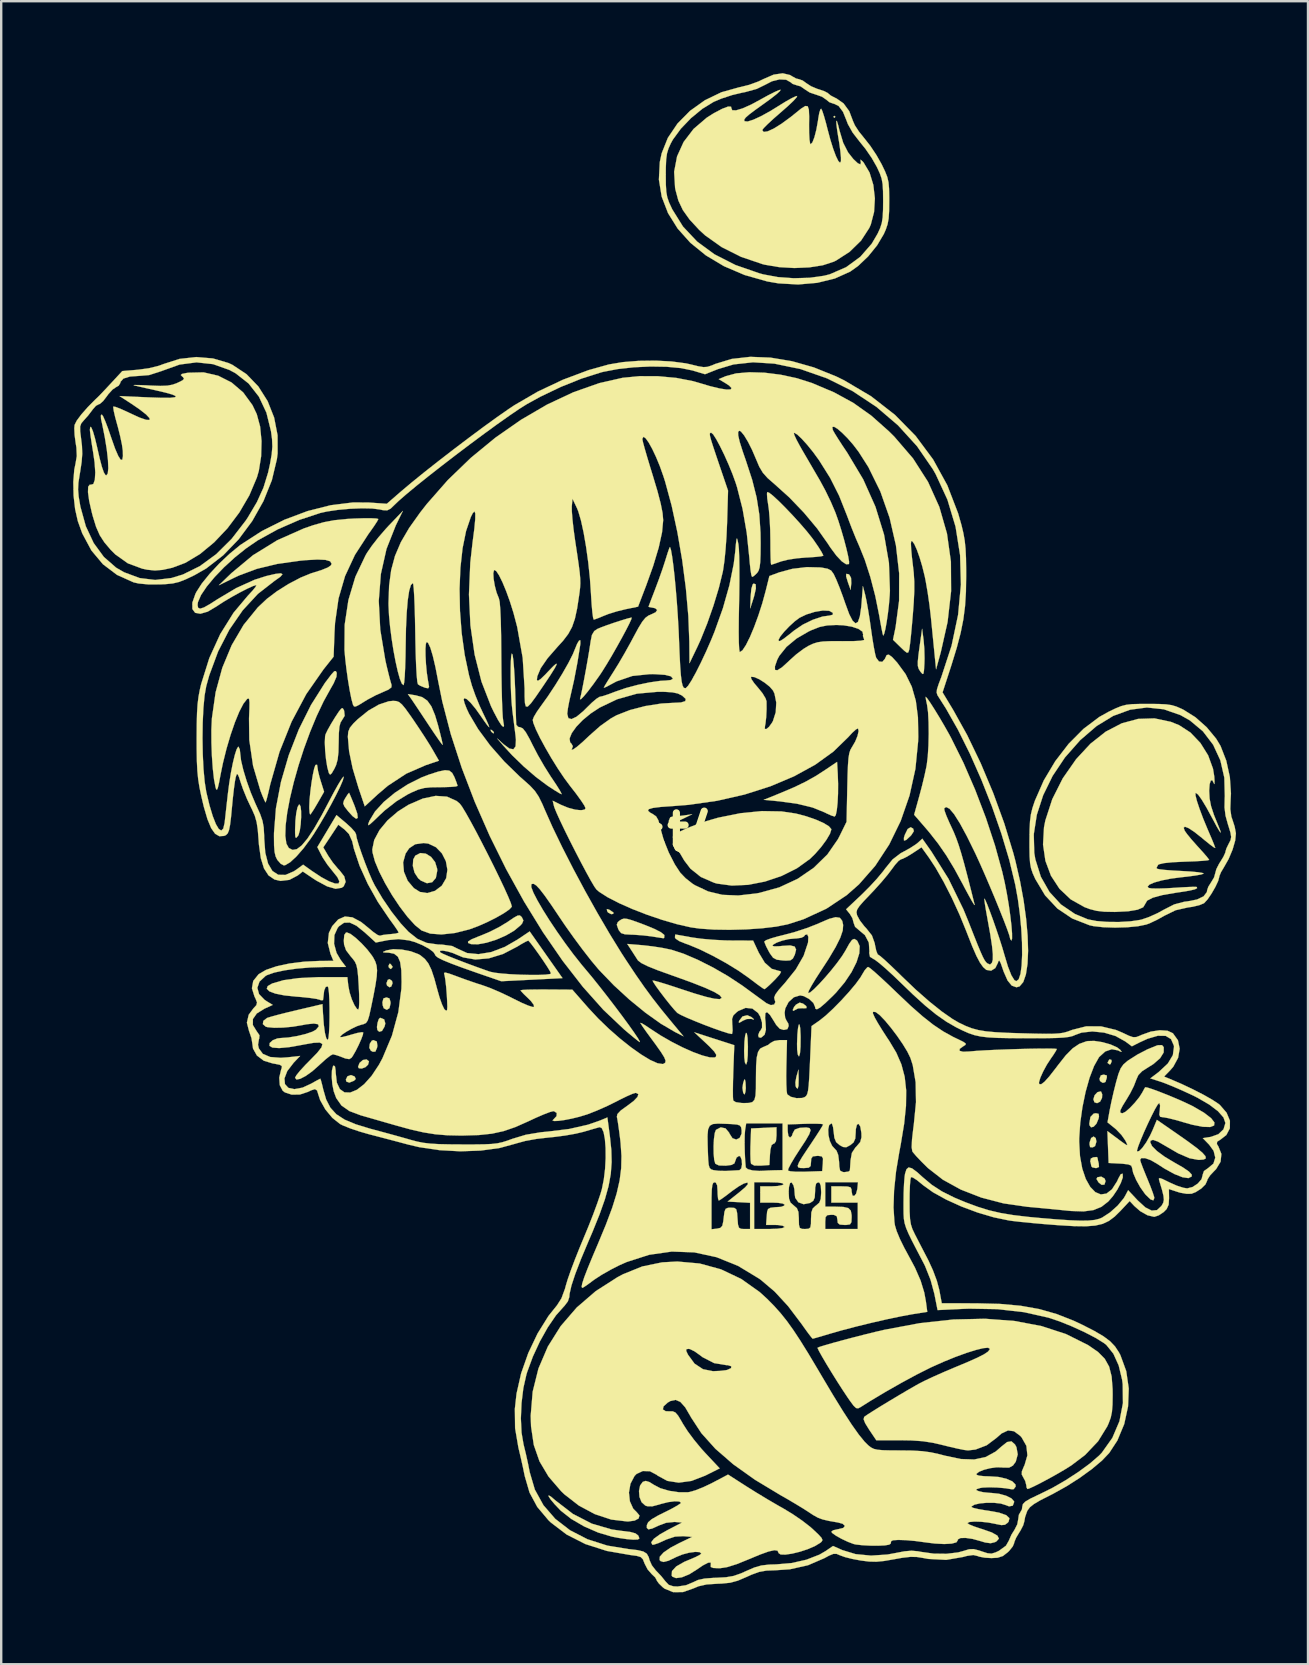
<source format=kicad_pcb>
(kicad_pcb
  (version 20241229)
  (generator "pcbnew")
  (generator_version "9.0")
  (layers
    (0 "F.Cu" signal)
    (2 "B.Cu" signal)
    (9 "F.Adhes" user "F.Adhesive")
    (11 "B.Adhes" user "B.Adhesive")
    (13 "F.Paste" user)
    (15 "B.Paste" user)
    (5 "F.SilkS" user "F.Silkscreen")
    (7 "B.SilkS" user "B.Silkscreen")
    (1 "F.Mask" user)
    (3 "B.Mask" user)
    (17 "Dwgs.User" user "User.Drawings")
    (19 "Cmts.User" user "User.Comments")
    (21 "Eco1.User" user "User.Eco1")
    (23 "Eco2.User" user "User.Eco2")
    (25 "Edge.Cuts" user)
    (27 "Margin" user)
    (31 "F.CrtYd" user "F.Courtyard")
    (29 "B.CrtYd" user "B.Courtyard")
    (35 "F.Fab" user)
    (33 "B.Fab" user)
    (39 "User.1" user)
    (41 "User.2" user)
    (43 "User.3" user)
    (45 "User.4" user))
  (footprint "test4"
    (layer "F.Cu")
    (at 24.234 31.665)
    (property "Reference" "test4" (at 0 0 0) (layer "F.SilkS") (effects (font (size 1.524 1.524) (thickness 0.3))))
    (attr through_hole)
    (fp_poly (pts (xy 7.535 -29.845) (xy 7.493 -29.803) (xy 7.451 -29.845) (xy 7.493 -29.887) (xy 7.535 -29.845)) (stroke (width 0.01) (type solid)) (fill yes) (layer "F.SilkS"))
    (fp_poly (pts (xy -6.786 -4.284) (xy -6.696 -4.199) (xy -6.714 -4.149) (xy -6.726 -4.149) (xy -6.798 -4.209) (xy -6.824 -4.246) (xy -6.834 -4.304) (xy -6.786 -4.284)) (stroke (width 0.01) (type solid)) (fill yes) (layer "F.SilkS"))
    (fp_poly (pts (xy -12.505 10.152) (xy -12.455 10.256) (xy -12.531 10.332) (xy -12.724 10.408) (xy -12.845 10.367) (xy -12.869 10.284) (xy -12.803 10.146) (xy -12.655 10.093) (xy -12.505 10.152)) (stroke (width 0.01) (type solid)) (fill yes) (layer "F.SilkS"))
    (fp_poly (pts (xy -11.007 5.461) (xy -10.925 5.569) (xy -10.922 5.593) (xy -10.987 5.67) (xy -11.007 5.673) (xy -11.081 5.604) (xy -11.091 5.541) (xy -11.05 5.453) (xy -11.007 5.461)) (stroke (width 0.01) (type solid)) (fill yes) (layer "F.SilkS"))
    (fp_poly (pts (xy -10.946 6.167) (xy -10.922 6.265) (xy -10.975 6.403) (xy -11.049 6.435) (xy -11.152 6.364) (xy -11.176 6.265) (xy -11.123 6.127) (xy -11.049 6.096) (xy -10.946 6.167)) (stroke (width 0.01) (type solid)) (fill yes) (layer "F.SilkS"))
    (fp_poly (pts (xy -1.899 3.198) (xy -1.861 3.218) (xy -1.714 3.319) (xy -1.724 3.376) (xy -1.811 3.387) (xy -1.942 3.318) (xy -1.979 3.258) (xy -1.991 3.174) (xy -1.899 3.198)) (stroke (width 0.01) (type solid)) (fill yes) (layer "F.SilkS"))
    (fp_poly (pts (xy 8.074 -10.784) (xy 8.116 -10.76) (xy 8.188 -10.629) (xy 8.198 -10.411) (xy 8.17 -10.129) (xy 8.057 -10.447) (xy 7.983 -10.689) (xy 7.987 -10.796) (xy 8.074 -10.784)) (stroke (width 0.01) (type solid)) (fill yes) (layer "F.SilkS"))
    (fp_poly (pts (xy 18.757 14.407) (xy 18.796 14.513) (xy 18.749 14.66) (xy 18.631 14.668) (xy 18.505 14.569) (xy 18.417 14.424) (xy 18.456 14.352) (xy 18.618 14.327) (xy 18.757 14.407)) (stroke (width 0.01) (type solid)) (fill yes) (layer "F.SilkS"))
    (fp_poly (pts (xy 19.038 9.46) (xy 19.05 9.52) (xy 19.006 9.636) (xy 18.965 9.652) (xy 18.883 9.591) (xy 18.881 9.572) (xy 18.942 9.458) (xy 18.965 9.44) (xy 19.038 9.46)) (stroke (width 0.01) (type solid)) (fill yes) (layer "F.SilkS"))
    (fp_poly (pts (xy 4.213 -10.361) (xy 4.221 -10.184) (xy 4.149 -9.87) (xy 4.108 -9.737) (xy 3.986 -9.356) (xy 4.004 -9.857) (xy 4.032 -10.171) (xy 4.088 -10.356) (xy 4.128 -10.393) (xy 4.213 -10.361)) (stroke (width 0.01) (type solid)) (fill yes) (layer "F.SilkS"))
    (fp_poly (pts (xy 6.004 10.266) (xy 5.997 10.539) (xy 5.964 10.66) (xy 5.908 10.622) (xy 5.877 10.551) (xy 5.868 10.395) (xy 5.908 10.171) (xy 5.914 10.149) (xy 5.996 9.864) (xy 6.004 10.266)) (stroke (width 0.01) (type solid)) (fill yes) (layer "F.SilkS"))
    (fp_poly (pts (xy 18.386 12.72) (xy 18.415 12.868) (xy 18.359 13.054) (xy 18.26 13.108) (xy 18.152 13.098) (xy 18.127 12.981) (xy 18.133 12.898) (xy 18.196 12.716) (xy 18.297 12.655) (xy 18.386 12.72)) (stroke (width 0.01) (type solid)) (fill yes) (layer "F.SilkS"))
    (fp_poly (pts (xy -12.001 9.444) (xy -11.904 9.522) (xy -11.943 9.66) (xy -12.052 9.765) (xy -12.202 9.821) (xy -12.326 9.811) (xy -12.361 9.753) (xy -12.299 9.588) (xy -12.158 9.466) (xy -12.006 9.442) (xy -12.001 9.444)) (stroke (width 0.01) (type solid)) (fill yes) (layer "F.SilkS"))
    (fp_poly (pts (xy -11.578 8.696) (xy -11.554 8.877) (xy -11.571 8.96) (xy -11.638 9.115) (xy -11.745 9.123) (xy -11.829 9.076) (xy -11.891 8.957) (xy -11.871 8.791) (xy -11.79 8.662) (xy -11.721 8.636) (xy -11.578 8.696)) (stroke (width 0.01) (type solid)) (fill yes) (layer "F.SilkS"))
    (fp_poly (pts (xy -11.272 7.772) (xy -11.224 7.942) (xy -11.255 8.072) (xy -11.363 8.255) (xy -11.479 8.289) (xy -11.555 8.217) (xy -11.573 8.091) (xy -11.547 7.912) (xy -11.495 7.759) (xy -11.442 7.706) (xy -11.272 7.772)) (stroke (width 0.01) (type solid)) (fill yes) (layer "F.SilkS"))
    (fp_poly (pts (xy -11.052 6.898) (xy -11.008 7.046) (xy -11.007 7.112) (xy -11.051 7.305) (xy -11.161 7.374) (xy -11.289 7.31) (xy -11.333 7.188) (xy -11.345 7.056) (xy -11.3 6.897) (xy -11.176 6.858) (xy -11.052 6.898)) (stroke (width 0.01) (type solid)) (fill yes) (layer "F.SilkS"))
    (fp_poly (pts (xy 3.766 10.284) (xy 3.789 10.393) (xy 3.801 10.641) (xy 3.788 10.774) (xy 3.756 10.9) (xy 3.715 10.87) (xy 3.689 10.816) (xy 3.662 10.626) (xy 3.689 10.435) (xy 3.738 10.282) (xy 3.766 10.284)) (stroke (width 0.01) (type solid)) (fill yes) (layer "F.SilkS"))
    (fp_poly (pts (xy 10.776 -0.18) (xy 10.806 -0.073) (xy 10.705 0.086) (xy 10.669 0.126) (xy 10.487 0.295) (xy 10.394 0.321) (xy 10.391 0.205) (xy 10.427 0.085) (xy 10.546 -0.16) (xy 10.673 -0.236) (xy 10.776 -0.18)) (stroke (width 0.01) (type solid)) (fill yes) (layer "F.SilkS"))
    (fp_poly (pts (xy 18.612 10.786) (xy 18.656 10.895) (xy 18.648 11.047) (xy 18.568 11.202) (xy 18.443 11.265) (xy 18.331 11.228) (xy 18.288 11.102) (xy 18.34 10.934) (xy 18.458 10.807) (xy 18.588 10.775) (xy 18.612 10.786)) (stroke (width 0.01) (type solid)) (fill yes) (layer "F.SilkS"))
    (fp_poly (pts (xy 18.849 10.111) (xy 18.847 10.209) (xy 18.803 10.344) (xy 18.796 10.379) (xy 18.727 10.41) (xy 18.669 10.414) (xy 18.566 10.343) (xy 18.542 10.245) (xy 18.6 10.105) (xy 18.72 10.075) (xy 18.849 10.111)) (stroke (width 0.01) (type solid)) (fill yes) (layer "F.SilkS"))
    (fp_poly (pts (xy 4.031 7.673) (xy 4.141 7.767) (xy 4.119 7.779) (xy 4.031 7.752) (xy 3.844 7.758) (xy 3.674 7.83) (xy 3.537 7.912) (xy 3.506 7.894) (xy 3.526 7.83) (xy 3.665 7.65) (xy 3.862 7.6) (xy 4.031 7.673)) (stroke (width 0.01) (type solid)) (fill yes) (layer "F.SilkS"))
    (fp_poly (pts (xy 18.507 11.71) (xy 18.522 11.822) (xy 18.502 11.916) (xy 18.416 12.12) (xy 18.3 12.245) (xy 18.192 12.273) (xy 18.125 12.184) (xy 18.119 12.114) (xy 18.165 11.84) (xy 18.3 11.7) (xy 18.391 11.684) (xy 18.507 11.71)) (stroke (width 0.01) (type solid)) (fill yes) (layer "F.SilkS"))
    (fp_poly (pts (xy 1.113 -0.557) (xy 0.838 -0.425) (xy 0.682 -0.362) (xy 0.612 -0.364) (xy 0.593 -0.428) (xy 0.593 -0.508) (xy 0.653 -0.651) (xy 0.741 -0.678) (xy 0.919 -0.691) (xy 1.171 -0.72) (xy 1.228 -0.728) (xy 1.566 -0.776) (xy 1.113 -0.557)) (stroke (width 0.01) (type solid)) (fill yes) (layer "F.SilkS"))
    (fp_poly (pts (xy 6.187 7.115) (xy 6.324 7.223) (xy 6.333 7.302) (xy 6.214 7.313) (xy 6.18 7.306) (xy 5.981 7.316) (xy 5.884 7.366) (xy 5.779 7.419) (xy 5.757 7.382) (xy 5.812 7.256) (xy 5.89 7.161) (xy 6.044 7.074) (xy 6.187 7.115)) (stroke (width 0.01) (type solid)) (fill yes) (layer "F.SilkS"))
    (fp_poly (pts (xy 18.458 13.533) (xy 18.479 13.651) (xy 18.511 13.78) (xy 18.521 13.925) (xy 18.416 13.969) (xy 18.383 13.97) (xy 18.24 13.939) (xy 18.203 13.892) (xy 18.175 13.749) (xy 18.156 13.692) (xy 18.183 13.573) (xy 18.283 13.523) (xy 18.422 13.509) (xy 18.458 13.533)) (stroke (width 0.01) (type solid)) (fill yes) (layer "F.SilkS"))
    (fp_poly (pts (xy 3.845 8.361) (xy 3.874 8.542) (xy 3.888 8.883) (xy 3.889 8.911) (xy 3.882 9.273) (xy 3.859 9.527) (xy 3.822 9.646) (xy 3.81 9.652) (xy 3.766 9.574) (xy 3.739 9.364) (xy 3.731 9.081) (xy 3.745 8.7) (xy 3.774 8.447) (xy 3.81 8.332) (xy 3.845 8.361)) (stroke (width 0.01) (type solid)) (fill yes) (layer "F.SilkS"))
    (fp_poly (pts (xy 6.042 7.99) (xy 6.069 8.14) (xy 6.085 8.448) (xy 6.086 8.53) (xy 6.082 8.909) (xy 6.061 9.175) (xy 6.026 9.305) (xy 6.011 9.313) (xy 5.967 9.235) (xy 5.941 9.028) (xy 5.937 8.784) (xy 5.952 8.395) (xy 5.979 8.127) (xy 6.01 7.989) (xy 6.042 7.99)) (stroke (width 0.01) (type solid)) (fill yes) (layer "F.SilkS"))
    (fp_poly (pts (xy -9.536 0.865) (xy -9.317 1) (xy -9.148 1.219) (xy -9.063 1.498) (xy -9.059 1.572) (xy -9.117 1.877) (xy -9.27 2.056) (xy -9.489 2.098) (xy -9.741 1.989) (xy -9.852 1.893) (xy -10.005 1.658) (xy -10.077 1.376) (xy -10.061 1.11) (xy -9.974 0.948) (xy -9.766 0.84) (xy -9.536 0.865)) (stroke (width 0.01) (type solid)) (fill yes) (layer "F.SilkS"))
    (fp_poly (pts (xy 11.211 -8.043) (xy 11.241 -7.682) (xy 11.251 -7.272) (xy 11.245 -7.058) (xy 11.228 -6.776) (xy 11.207 -6.639) (xy 11.167 -6.622) (xy 11.096 -6.7) (xy 11.073 -6.731) (xy 11.006 -6.837) (xy 10.972 -6.959) (xy 10.97 -7.137) (xy 10.997 -7.412) (xy 11.038 -7.717) (xy 11.149 -8.509) (xy 11.211 -8.043)) (stroke (width 0.01) (type solid)) (fill yes) (layer "F.SilkS"))
    (fp_poly (pts (xy -14.758 -1.11) (xy -14.734 -0.915) (xy -14.733 -0.65) (xy -14.751 -0.363) (xy -14.787 -0.103) (xy -14.84 0.083) (xy -14.862 0.122) (xy -14.935 0.205) (xy -14.972 0.183) (xy -14.984 0.032) (xy -14.985 -0.132) (xy -14.971 -0.508) (xy -14.935 -0.832) (xy -14.883 -1.069) (xy -14.821 -1.181) (xy -14.806 -1.185) (xy -14.758 -1.11)) (stroke (width 0.01) (type solid)) (fill yes) (layer "F.SilkS"))
    (fp_poly (pts (xy -12.734 -1.67) (xy -12.696 -1.588) (xy -12.613 -1.391) (xy -12.503 -1.123) (xy -12.503 -1.122) (xy -12.393 -0.804) (xy -12.373 -0.625) (xy -12.44 -0.589) (xy -12.59 -0.699) (xy -12.775 -0.904) (xy -12.926 -1.097) (xy -12.98 -1.224) (xy -12.951 -1.344) (xy -12.891 -1.451) (xy -12.791 -1.607) (xy -12.736 -1.67) (xy -12.734 -1.67)) (stroke (width 0.01) (type solid)) (fill yes) (layer "F.SilkS"))
    (fp_poly (pts (xy 5.08 12.611) (xy 5.058 12.852) (xy 4.987 12.949) (xy 4.957 12.954) (xy 4.876 13.012) (xy 4.827 13.2) (xy 4.809 13.399) (xy 4.784 13.843) (xy 4.423 13.869) (xy 4.154 13.864) (xy 4.026 13.795) (xy 4.017 13.777) (xy 3.999 13.64) (xy 3.991 13.384) (xy 3.994 13.06) (xy 3.997 12.989) (xy 4.022 12.319) (xy 5.08 12.269) (xy 5.08 12.611)) (stroke (width 0.01) (type solid)) (fill yes) (layer "F.SilkS"))
    (fp_poly (pts (xy -14.055 -2.755) (xy -14.03 -2.587) (xy -13.967 -2.329) (xy -13.915 -2.156) (xy -13.776 -1.714) (xy -14.049 -1.238) (xy -14.193 -0.994) (xy -14.305 -0.823) (xy -14.357 -0.762) (xy -14.38 -0.837) (xy -14.393 -1.024) (xy -14.393 -1.095) (xy -14.381 -1.385) (xy -14.347 -1.734) (xy -14.3 -2.096) (xy -14.244 -2.429) (xy -14.188 -2.687) (xy -14.138 -2.826) (xy -14.133 -2.832) (xy -14.069 -2.84) (xy -14.055 -2.755)) (stroke (width 0.01) (type solid)) (fill yes) (layer "F.SilkS"))
    (fp_poly (pts (xy -9.952 -5.732) (xy -9.683 -5.656) (xy -9.473 -5.511) (xy -9.303 -5.271) (xy -9.153 -4.909) (xy -9.028 -4.491) (xy -8.939 -4.149) (xy -8.872 -3.875) (xy -8.837 -3.705) (xy -8.835 -3.668) (xy -8.887 -3.725) (xy -9.012 -3.899) (xy -9.193 -4.162) (xy -9.411 -4.488) (xy -9.426 -4.511) (xy -9.662 -4.867) (xy -9.876 -5.189) (xy -10.044 -5.44) (xy -10.14 -5.581) (xy -10.284 -5.786) (xy -9.952 -5.732)) (stroke (width 0.01) (type solid)) (fill yes) (layer "F.SilkS"))
    (fp_poly (pts (xy 7.633 -2.474) (xy 7.648 -2.051) (xy 7.645 -1.633) (xy 7.626 -1.254) (xy 7.594 -0.947) (xy 7.552 -0.745) (xy 7.505 -0.681) (xy 7.374 -0.721) (xy 7.165 -0.814) (xy 7.095 -0.851) (xy 6.58 -1.059) (xy 5.927 -1.217) (xy 5.209 -1.315) (xy 4.546 -1.377) (xy 5.215 -1.648) (xy 5.812 -1.901) (xy 6.302 -2.138) (xy 6.742 -2.386) (xy 7.125 -2.635) (xy 7.605 -2.959) (xy 7.633 -2.474)) (stroke (width 0.01) (type solid)) (fill yes) (layer "F.SilkS"))
    (fp_poly (pts (xy -5.549 3.496) (xy -5.53 3.521) (xy -5.469 3.649) (xy -5.52 3.774) (xy -5.596 3.86) (xy -5.862 4.081) (xy -6.212 4.283) (xy -6.605 4.453) (xy -7.002 4.577) (xy -7.363 4.643) (xy -7.648 4.637) (xy -7.773 4.589) (xy -7.775 4.528) (xy -7.632 4.437) (xy -7.334 4.314) (xy -7.248 4.282) (xy -6.856 4.116) (xy -6.448 3.907) (xy -6.126 3.71) (xy -5.869 3.535) (xy -5.712 3.448) (xy -5.618 3.439) (xy -5.549 3.496)) (stroke (width 0.01) (type solid)) (fill yes) (layer "F.SilkS"))
    (fp_poly (pts (xy -1.149 3.583) (xy -0.952 3.638) (xy -0.652 3.746) (xy -0.381 3.848) (xy -0.008 4.002) (xy 0.259 4.138) (xy 0.396 4.245) (xy 0.408 4.269) (xy 0.398 4.378) (xy 0.366 4.391) (xy 0.248 4.373) (xy 0.023 4.338) (xy -0.127 4.314) (xy -0.489 4.271) (xy -0.876 4.244) (xy -0.981 4.241) (xy -1.245 4.226) (xy -1.395 4.176) (xy -1.485 4.067) (xy -1.517 4.004) (xy -1.577 3.827) (xy -1.535 3.718) (xy -1.472 3.665) (xy -1.375 3.602) (xy -1.279 3.572) (xy -1.149 3.583)) (stroke (width 0.01) (type solid)) (fill yes) (layer "F.SilkS"))
    (fp_poly (pts (xy -4.32 27.665) (xy -4.131 27.825) (xy -3.404 28.386) (xy -2.62 28.79) (xy -1.784 29.034) (xy -1.35 29.095) (xy -1.008 29.138) (xy -0.798 29.196) (xy -0.687 29.281) (xy -0.671 29.307) (xy -0.635 29.409) (xy -0.698 29.452) (xy -0.893 29.458) (xy -0.907 29.457) (xy -1.164 29.435) (xy -1.503 29.385) (xy -1.778 29.332) (xy -2.354 29.161) (xy -2.938 28.906) (xy -3.472 28.596) (xy -3.899 28.26) (xy -3.934 28.226) (xy -4.168 27.98) (xy -4.331 27.785) (xy -4.416 27.657) (xy -4.415 27.612) (xy -4.32 27.665)) (stroke (width 0.01) (type solid)) (fill yes) (layer "F.SilkS"))
    (fp_poly (pts (xy -12.955 -5.127) (xy -12.94 -5.088) (xy -12.918 -4.881) (xy -13.016 -4.72) (xy -13.091 -4.601) (xy -13.138 -4.423) (xy -13.161 -4.149) (xy -13.168 -3.78) (xy -13.178 -3.361) (xy -13.211 -3.061) (xy -13.274 -2.83) (xy -13.345 -2.677) (xy -13.457 -2.484) (xy -13.525 -2.427) (xy -13.574 -2.489) (xy -13.58 -2.505) (xy -13.644 -2.745) (xy -13.696 -3.074) (xy -13.732 -3.433) (xy -13.746 -3.768) (xy -13.734 -4.024) (xy -13.715 -4.108) (xy -13.628 -4.29) (xy -13.48 -4.553) (xy -13.325 -4.806) (xy -13.16 -5.057) (xy -13.06 -5.182) (xy -13 -5.199) (xy -12.955 -5.127)) (stroke (width 0.01) (type solid)) (fill yes) (layer "F.SilkS"))
    (fp_poly (pts (xy -10.764 -5.495) (xy -10.649 -5.452) (xy -10.53 -5.352) (xy -10.38 -5.17) (xy -10.173 -4.881) (xy -10.063 -4.723) (xy -9.81 -4.347) (xy -9.561 -3.967) (xy -9.352 -3.635) (xy -9.257 -3.475) (xy -8.988 -3.008) (xy -9.538 -2.823) (xy -10.353 -2.468) (xy -11.118 -1.965) (xy -11.558 -1.59) (xy -12.081 -1.106) (xy -12.345 -1.886) (xy -12.585 -2.688) (xy -12.733 -3.4) (xy -12.785 -4) (xy -12.785 -4.012) (xy -12.769 -4.215) (xy -12.701 -4.382) (xy -12.552 -4.564) (xy -12.374 -4.737) (xy -11.933 -5.095) (xy -11.489 -5.35) (xy -11.079 -5.486) (xy -10.901 -5.503) (xy -10.764 -5.495)) (stroke (width 0.01) (type solid)) (fill yes) (layer "F.SilkS"))
    (fp_poly (pts (xy -8.559 -2.596) (xy -8.439 -2.503) (xy -8.346 -2.33) (xy -8.341 -2.318) (xy -8.259 -2.109) (xy -8.215 -1.974) (xy -8.213 -1.958) (xy -8.291 -1.934) (xy -8.5 -1.916) (xy -8.802 -1.906) (xy -8.954 -1.905) (xy -9.334 -1.899) (xy -9.612 -1.87) (xy -9.853 -1.805) (xy -10.123 -1.688) (xy -10.283 -1.609) (xy -10.751 -1.325) (xy -11.232 -0.95) (xy -11.441 -0.758) (xy -11.703 -0.505) (xy -11.861 -0.362) (xy -11.934 -0.319) (xy -11.938 -0.365) (xy -11.891 -0.491) (xy -11.886 -0.504) (xy -11.654 -0.89) (xy -11.29 -1.288) (xy -10.824 -1.674) (xy -10.289 -2.023) (xy -9.717 -2.31) (xy -9.403 -2.431) (xy -9.009 -2.557) (xy -8.739 -2.613) (xy -8.559 -2.596)) (stroke (width 0.01) (type solid)) (fill yes) (layer "F.SilkS"))
    (fp_poly (pts (xy -0.97 -8.907) (xy -1.054 -8.722) (xy -1.194 -8.448) (xy -1.374 -8.113) (xy -1.579 -7.745) (xy -1.792 -7.372) (xy -2 -7.024) (xy -2.186 -6.726) (xy -2.281 -6.582) (xy -2.541 -6.216) (xy -2.768 -5.915) (xy -2.948 -5.696) (xy -3.067 -5.575) (xy -3.111 -5.571) (xy -3.102 -5.61) (xy -3.064 -5.764) (xy -3.006 -6.045) (xy -2.935 -6.412) (xy -2.859 -6.823) (xy -2.785 -7.24) (xy -2.721 -7.62) (xy -2.675 -7.923) (xy -2.667 -7.98) (xy -2.612 -8.251) (xy -2.516 -8.412) (xy -2.387 -8.5) (xy -2.226 -8.568) (xy -1.969 -8.663) (xy -1.666 -8.767) (xy -1.365 -8.864) (xy -1.117 -8.939) (xy -0.969 -8.974) (xy -0.957 -8.975) (xy -0.97 -8.907)) (stroke (width 0.01) (type solid)) (fill yes) (layer "F.SilkS"))
    (fp_poly (pts (xy 4.777 -14.176) (xy 4.947 -14.041) (xy 5.182 -13.823) (xy 5.46 -13.545) (xy 5.759 -13.231) (xy 6.056 -12.905) (xy 6.33 -12.588) (xy 6.557 -12.304) (xy 6.627 -12.209) (xy 6.818 -11.932) (xy 6.958 -11.709) (xy 7.026 -11.574) (xy 7.027 -11.549) (xy 6.929 -11.526) (xy 6.704 -11.502) (xy 6.397 -11.481) (xy 6.308 -11.477) (xy 5.926 -11.444) (xy 5.557 -11.387) (xy 5.276 -11.317) (xy 5.26 -11.311) (xy 5.034 -11.231) (xy 4.886 -11.183) (xy 4.858 -11.176) (xy 4.845 -11.255) (xy 4.835 -11.471) (xy 4.828 -11.79) (xy 4.826 -12.176) (xy 4.818 -12.63) (xy 4.796 -13.076) (xy 4.765 -13.455) (xy 4.736 -13.666) (xy 4.695 -13.937) (xy 4.683 -14.135) (xy 4.696 -14.207) (xy 4.777 -14.176)) (stroke (width 0.01) (type solid)) (fill yes) (layer "F.SilkS"))
    (fp_poly (pts (xy 0.955 4.25) (xy 1.168 4.287) (xy 1.466 4.341) (xy 1.566 4.359) (xy 1.955 4.413) (xy 2.436 4.455) (xy 2.932 4.481) (xy 3.175 4.485) (xy 4.106 4.489) (xy 4.342 4.995) (xy 4.592 5.41) (xy 4.88 5.665) (xy 5.201 5.757) (xy 5.22 5.757) (xy 5.271 5.791) (xy 5.209 5.903) (xy 5.027 6.106) (xy 4.995 6.138) (xy 4.795 6.335) (xy 4.642 6.471) (xy 4.576 6.514) (xy 4.492 6.464) (xy 4.309 6.333) (xy 4.059 6.145) (xy 3.937 6.052) (xy 3.502 5.747) (xy 2.979 5.426) (xy 2.419 5.119) (xy 1.876 4.852) (xy 1.399 4.654) (xy 1.291 4.617) (xy 1.03 4.512) (xy 0.874 4.407) (xy 0.847 4.354) (xy 0.859 4.246) (xy 0.868 4.235) (xy 0.955 4.25)) (stroke (width 0.01) (type solid)) (fill yes) (layer "F.SilkS"))
    (fp_poly (pts (xy 5.29 -0.895) (xy 5.89 -0.806) (xy 6.315 -0.694) (xy 6.706 -0.56) (xy 7.033 -0.416) (xy 7.263 -0.277) (xy 7.364 -0.159) (xy 7.366 -0.142) (xy 7.309 0.037) (xy 7.159 0.292) (xy 6.944 0.584) (xy 6.692 0.873) (xy 6.476 1.084) (xy 5.93 1.477) (xy 5.292 1.795) (xy 4.601 2.028) (xy 3.897 2.165) (xy 3.217 2.196) (xy 2.602 2.113) (xy 2.483 2.079) (xy 1.929 1.839) (xy 1.497 1.494) (xy 1.236 1.152) (xy 1.007 0.762) (xy 0.846 0.438) (xy 0.768 0.211) (xy 0.762 0.161) (xy 0.839 0.07) (xy 1.048 -0.054) (xy 1.359 -0.198) (xy 1.743 -0.349) (xy 2.168 -0.494) (xy 2.604 -0.621) (xy 2.671 -0.638) (xy 3.586 -0.822) (xy 4.471 -0.909) (xy 5.29 -0.895)) (stroke (width 0.01) (type solid)) (fill yes) (layer "F.SilkS"))
    (fp_poly (pts (xy -10.788 -12.815) (xy -11.174 -11.839) (xy -11.41 -10.791) (xy -11.497 -9.669) (xy -11.435 -8.472) (xy -11.223 -7.196) (xy -11.176 -6.985) (xy -11.095 -6.651) (xy -11.023 -6.37) (xy -10.972 -6.191) (xy -10.964 -6.169) (xy -10.97 -6.066) (xy -11.093 -5.971) (xy -11.301 -5.88) (xy -11.62 -5.739) (xy -11.959 -5.559) (xy -12.072 -5.49) (xy -12.317 -5.338) (xy -12.457 -5.268) (xy -12.528 -5.271) (xy -12.568 -5.336) (xy -12.575 -5.355) (xy -12.639 -5.59) (xy -12.71 -5.947) (xy -12.782 -6.382) (xy -12.847 -6.849) (xy -12.899 -7.301) (xy -12.926 -7.626) (xy -12.918 -8.674) (xy -12.763 -9.702) (xy -12.471 -10.678) (xy -12.046 -11.573) (xy -11.982 -11.681) (xy -11.781 -11.973) (xy -11.506 -12.324) (xy -11.204 -12.673) (xy -11.085 -12.802) (xy -10.493 -13.42) (xy -10.788 -12.815)) (stroke (width 0.01) (type solid)) (fill yes) (layer "F.SilkS"))
    (fp_poly (pts (xy -5.925 -7.439) (xy -5.917 -7.408) (xy -5.888 -7.2) (xy -5.859 -6.865) (xy -5.833 -6.443) (xy -5.813 -5.978) (xy -5.809 -5.842) (xy -5.796 -5.397) (xy -5.785 -5.009) (xy -5.775 -4.711) (xy -5.768 -4.536) (xy -5.766 -4.508) (xy -5.688 -4.42) (xy -5.599 -4.403) (xy -5.493 -4.353) (xy -5.365 -4.19) (xy -5.2 -3.896) (xy -5.091 -3.675) (xy -4.868 -3.246) (xy -4.595 -2.772) (xy -4.326 -2.345) (xy -4.28 -2.278) (xy -4.09 -1.993) (xy -3.95 -1.769) (xy -3.88 -1.636) (xy -3.878 -1.611) (xy -3.972 -1.657) (xy -4.166 -1.775) (xy -4.424 -1.943) (xy -4.487 -1.986) (xy -4.949 -2.332) (xy -5.451 -2.765) (xy -5.935 -3.233) (xy -6.31 -3.641) (xy -6.562 -3.937) (xy -6.292 -3.693) (xy -6.05 -3.514) (xy -5.885 -3.485) (xy -5.795 -3.606) (xy -5.78 -3.879) (xy -5.796 -4.045) (xy -5.84 -4.398) (xy -5.893 -4.815) (xy -5.931 -5.122) (xy -5.959 -5.422) (xy -5.981 -5.774) (xy -5.994 -6.151) (xy -6 -6.527) (xy -5.999 -6.874) (xy -5.991 -7.166) (xy -5.976 -7.375) (xy -5.954 -7.475) (xy -5.925 -7.439)) (stroke (width 0.01) (type solid)) (fill yes) (layer "F.SilkS"))
    (fp_poly (pts (xy -13.248 -6.67) (xy -13.261 -6.505) (xy -13.376 -6.236) (xy -13.494 -6.029) (xy -13.795 -5.485) (xy -14.086 -4.87) (xy -14.361 -4.205) (xy -14.616 -3.511) (xy -14.843 -2.808) (xy -15.039 -2.116) (xy -15.197 -1.456) (xy -15.312 -0.849) (xy -15.379 -0.316) (xy -15.393 0.123) (xy -15.347 0.448) (xy -15.247 0.629) (xy -15.089 0.71) (xy -14.911 0.677) (xy -14.706 0.521) (xy -14.468 0.236) (xy -14.19 -0.186) (xy -13.865 -0.754) (xy -13.575 -1.303) (xy -13.368 -1.694) (xy -13.191 -2.011) (xy -13.055 -2.234) (xy -12.974 -2.34) (xy -12.956 -2.335) (xy -12.997 -2.183) (xy -13.111 -1.917) (xy -13.282 -1.568) (xy -13.494 -1.166) (xy -13.73 -0.742) (xy -13.974 -0.326) (xy -14.21 0.053) (xy -14.331 0.234) (xy -14.638 0.648) (xy -14.932 0.985) (xy -15.191 1.224) (xy -15.394 1.344) (xy -15.453 1.355) (xy -15.58 1.29) (xy -15.72 1.132) (xy -15.725 1.126) (xy -15.795 0.985) (xy -15.839 0.798) (xy -15.861 0.529) (xy -15.865 0.138) (xy -15.864 0.004) (xy -15.782 -1.035) (xy -15.573 -2.127) (xy -15.25 -3.234) (xy -14.828 -4.316) (xy -14.32 -5.334) (xy -13.741 -6.25) (xy -13.473 -6.603) (xy -13.352 -6.737) (xy -13.286 -6.744) (xy -13.248 -6.67)) (stroke (width 0.01) (type solid)) (fill yes) (layer "F.SilkS"))
    (fp_poly (pts (xy -8.653 -1.511) (xy -8.256 -1.332) (xy -8.12 -1.22) (xy -8.023 -1.089) (xy -7.87 -0.836) (xy -7.674 -0.487) (xy -7.446 -0.065) (xy -7.2 0.406) (xy -6.946 0.903) (xy -6.697 1.4) (xy -6.466 1.874) (xy -6.263 2.302) (xy -6.102 2.659) (xy -5.994 2.921) (xy -5.952 3.064) (xy -5.953 3.079) (xy -6.06 3.195) (xy -6.289 3.352) (xy -6.604 3.532) (xy -6.969 3.715) (xy -7.347 3.883) (xy -7.703 4.015) (xy -7.73 4.024) (xy -8.333 4.174) (xy -8.883 4.233) (xy -9.351 4.198) (xy -9.707 4.07) (xy -9.711 4.068) (xy -9.987 3.844) (xy -10.297 3.503) (xy -10.621 3.078) (xy -10.939 2.6) (xy -11.231 2.102) (xy -11.478 1.618) (xy -11.638 1.232) (xy -10.482 1.232) (xy -10.447 1.624) (xy -10.292 1.996) (xy -10.034 2.302) (xy -9.779 2.462) (xy -9.475 2.508) (xy -9.154 2.416) (xy -8.87 2.201) (xy -8.869 2.2) (xy -8.687 1.889) (xy -8.636 1.537) (xy -8.7 1.179) (xy -8.865 0.854) (xy -9.113 0.597) (xy -9.429 0.447) (xy -9.627 0.423) (xy -9.978 0.473) (xy -10.229 0.64) (xy -10.38 0.863) (xy -10.482 1.232) (xy -11.638 1.232) (xy -11.66 1.179) (xy -11.756 0.818) (xy -11.767 0.688) (xy -11.686 0.295) (xy -11.465 -0.119) (xy -11.127 -0.526) (xy -10.693 -0.898) (xy -10.256 -1.173) (xy -9.661 -1.431) (xy -9.124 -1.543) (xy -8.653 -1.511)) (stroke (width 0.01) (type solid)) (fill yes) (layer "F.SilkS"))
    (fp_poly (pts (xy 11.365 -5.604) (xy 11.494 -5.418) (xy 11.669 -5.144) (xy 11.871 -4.814) (xy 12.08 -4.458) (xy 12.279 -4.105) (xy 12.359 -3.956) (xy 12.873 -2.921) (xy 13.361 -1.795) (xy 13.806 -0.63) (xy 14.188 0.526) (xy 14.49 1.622) (xy 14.595 2.082) (xy 14.684 2.542) (xy 14.763 3.012) (xy 14.826 3.462) (xy 14.873 3.865) (xy 14.898 4.189) (xy 14.899 4.407) (xy 14.872 4.487) (xy 14.871 4.487) (xy 14.819 4.422) (xy 14.817 4.398) (xy 14.784 4.269) (xy 14.695 4.013) (xy 14.559 3.656) (xy 14.387 3.224) (xy 14.192 2.746) (xy 13.983 2.247) (xy 13.772 1.755) (xy 13.57 1.296) (xy 13.388 0.898) (xy 13.366 0.851) (xy 13.02 0.147) (xy 12.726 -0.396) (xy 12.483 -0.781) (xy 12.29 -1.008) (xy 12.147 -1.078) (xy 12.07 -1.024) (xy 12.086 -0.922) (xy 12.164 -0.707) (xy 12.29 -0.417) (xy 12.365 -0.257) (xy 12.473 -0.023) (xy 12.573 0.225) (xy 12.674 0.509) (xy 12.78 0.851) (xy 12.9 1.274) (xy 13.039 1.802) (xy 13.205 2.455) (xy 13.342 3.006) (xy 13.322 2.998) (xy 13.236 2.861) (xy 13.099 2.617) (xy 12.921 2.288) (xy 12.852 2.154) (xy 12.493 1.493) (xy 12.159 0.94) (xy 11.817 0.445) (xy 11.434 -0.041) (xy 11.237 -0.272) (xy 10.817 -0.756) (xy 11.035 -1.542) (xy 11.145 -1.957) (xy 11.247 -2.379) (xy 11.324 -2.735) (xy 11.342 -2.831) (xy 11.386 -3.192) (xy 11.414 -3.643) (xy 11.425 -4.135) (xy 11.419 -4.615) (xy 11.397 -5.032) (xy 11.356 -5.337) (xy 11.352 -5.355) (xy 11.31 -5.557) (xy 11.297 -5.666) (xy 11.3 -5.673) (xy 11.365 -5.604)) (stroke (width 0.01) (type solid)) (fill yes) (layer "F.SilkS"))
    (fp_poly (pts (xy -11.592 -13.103) (xy -11.515 -13.082) (xy -11.562 -12.988) (xy -11.687 -12.796) (xy -11.866 -12.541) (xy -11.928 -12.456) (xy -12.49 -11.589) (xy -12.902 -10.705) (xy -13.174 -9.771) (xy -13.319 -8.756) (xy -13.342 -8.351) (xy -13.379 -7.345) (xy -13.8 -6.816) (xy -14.517 -5.788) (xy -15.13 -4.636) (xy -15.633 -3.381) (xy -16.016 -2.039) (xy -16.048 -1.901) (xy -16.118 -1.602) (xy -16.176 -1.379) (xy -16.212 -1.274) (xy -16.216 -1.27) (xy -16.258 -1.342) (xy -16.339 -1.531) (xy -16.428 -1.757) (xy -16.736 -2.795) (xy -16.894 -3.874) (xy -16.905 -4.768) (xy -16.888 -5.17) (xy -16.884 -5.427) (xy -16.898 -5.565) (xy -16.93 -5.608) (xy -16.985 -5.581) (xy -16.987 -5.578) (xy -17.139 -5.384) (xy -17.311 -5.052) (xy -17.492 -4.611) (xy -17.672 -4.089) (xy -17.842 -3.515) (xy -17.991 -2.917) (xy -18.088 -2.444) (xy -18.156 -2.086) (xy -18.205 -1.876) (xy -18.243 -1.796) (xy -18.277 -1.827) (xy -18.301 -1.905) (xy -18.364 -2.234) (xy -18.415 -2.685) (xy -18.452 -3.21) (xy -18.472 -3.763) (xy -18.474 -4.295) (xy -18.453 -4.76) (xy -18.451 -4.784) (xy -18.297 -5.86) (xy -18.019 -6.881) (xy -17.627 -7.824) (xy -17.13 -8.67) (xy -16.538 -9.399) (xy -16.164 -9.752) (xy -15.745 -10.069) (xy -15.261 -10.374) (xy -14.77 -10.633) (xy -14.332 -10.814) (xy -14.266 -10.834) (xy -13.87 -10.96) (xy -13.618 -11.063) (xy -13.49 -11.152) (xy -13.462 -11.219) (xy -13.525 -11.321) (xy -13.719 -11.379) (xy -14.055 -11.394) (xy -14.541 -11.367) (xy -14.774 -11.345) (xy -15.734 -11.21) (xy -16.571 -11.008) (xy -17.322 -10.729) (xy -17.537 -10.628) (xy -18.161 -10.322) (xy -17.636 -10.828) (xy -16.738 -11.575) (xy -15.728 -12.198) (xy -14.614 -12.692) (xy -14.224 -12.826) (xy -13.785 -12.95) (xy -13.349 -13.032) (xy -12.849 -13.083) (xy -12.509 -13.102) (xy -12.122 -13.114) (xy -11.805 -13.114) (xy -11.592 -13.103)) (stroke (width 0.01) (type solid)) (fill yes) (layer "F.SilkS"))
    (fp_poly (pts (xy 14.999 20.343) (xy 16.127 20.556) (xy 17.149 20.89) (xy 18.059 21.345) (xy 18.083 21.359) (xy 18.48 21.633) (xy 18.761 21.917) (xy 18.945 22.246) (xy 19.049 22.656) (xy 19.089 23.182) (xy 19.092 23.41) (xy 19.086 23.828) (xy 19.062 24.13) (xy 19.012 24.372) (xy 18.925 24.607) (xy 18.867 24.737) (xy 18.484 25.358) (xy 17.943 25.928) (xy 17.365 26.366) (xy 17.101 26.531) (xy 16.778 26.72) (xy 16.432 26.913) (xy 16.098 27.091) (xy 15.813 27.235) (xy 15.612 27.326) (xy 15.538 27.347) (xy 15.501 27.277) (xy 15.494 27.197) (xy 15.447 27.011) (xy 15.371 26.871) (xy 15.303 26.743) (xy 15.308 26.609) (xy 15.392 26.406) (xy 15.419 26.352) (xy 15.538 25.943) (xy 15.496 25.548) (xy 15.296 25.194) (xy 15.233 25.126) (xy 14.979 24.939) (xy 14.729 24.906) (xy 14.463 25.03) (xy 14.242 25.223) (xy 13.839 25.525) (xy 13.375 25.702) (xy 13.061 25.738) (xy 12.899 25.718) (xy 12.621 25.662) (xy 12.271 25.581) (xy 12.057 25.527) (xy 11.597 25.42) (xy 11.175 25.355) (xy 10.718 25.323) (xy 10.241 25.315) (xy 9.24 25.315) (xy 8.941 24.871) (xy 8.778 24.607) (xy 8.712 24.442) (xy 8.734 24.346) (xy 8.745 24.334) (xy 8.861 24.252) (xy 9.092 24.104) (xy 9.407 23.908) (xy 9.776 23.684) (xy 10.167 23.45) (xy 10.55 23.224) (xy 10.893 23.027) (xy 11.007 22.963) (xy 11.267 22.83) (xy 11.637 22.657) (xy 12.068 22.466) (xy 12.511 22.278) (xy 12.531 22.27) (xy 13.066 22.046) (xy 13.46 21.87) (xy 13.729 21.733) (xy 13.891 21.625) (xy 13.962 21.538) (xy 13.97 21.502) (xy 13.897 21.458) (xy 13.694 21.477) (xy 13.385 21.553) (xy 12.993 21.676) (xy 12.543 21.84) (xy 12.057 22.037) (xy 11.56 22.259) (xy 11.472 22.3) (xy 10.923 22.577) (xy 10.291 22.919) (xy 9.632 23.294) (xy 9.001 23.671) (xy 8.582 23.935) (xy 8.484 23.985) (xy 8.397 23.972) (xy 8.293 23.874) (xy 8.14 23.667) (xy 8.042 23.526) (xy 7.833 23.211) (xy 7.605 22.856) (xy 7.376 22.489) (xy 7.163 22.139) (xy 6.984 21.834) (xy 6.855 21.603) (xy 6.794 21.475) (xy 6.792 21.458) (xy 6.89 21.418) (xy 7.122 21.347) (xy 7.456 21.251) (xy 7.862 21.141) (xy 8.308 21.023) (xy 8.764 20.906) (xy 9.198 20.799) (xy 9.58 20.71) (xy 9.586 20.709) (xy 11.06 20.433) (xy 12.459 20.281) (xy 13.774 20.251) (xy 14.999 20.343)) (stroke (width 0.01) (type solid)) (fill yes) (layer "F.SilkS"))
    (fp_poly (pts (xy 3.837 27.243) (xy 4.265 27.511) (xy 4.746 27.801) (xy 5.2 28.065) (xy 5.363 28.156) (xy 5.754 28.393) (xy 6.153 28.666) (xy 6.492 28.929) (xy 6.591 29.017) (xy 6.829 29.242) (xy 6.959 29.385) (xy 6.997 29.475) (xy 6.959 29.544) (xy 6.905 29.59) (xy 6.679 29.727) (xy 6.384 29.854) (xy 6.057 29.961) (xy 5.734 30.04) (xy 5.453 30.081) (xy 5.252 30.076) (xy 5.165 30.016) (xy 5.165 30.006) (xy 5.124 29.917) (xy 4.991 29.898) (xy 4.751 29.951) (xy 4.392 30.08) (xy 3.942 30.268) (xy 3.431 30.475) (xy 3.037 30.599) (xy 2.733 30.648) (xy 2.679 30.649) (xy 2.441 30.638) (xy 2.34 30.598) (xy 2.34 30.522) (xy 2.344 30.413) (xy 2.232 30.417) (xy 2.013 30.531) (xy 1.771 30.696) (xy 1.441 30.903) (xy 1.138 31.027) (xy 0.893 31.061) (xy 0.738 30.998) (xy 0.711 30.953) (xy 0.725 30.767) (xy 0.901 30.575) (xy 1.236 30.383) (xy 1.45 30.293) (xy 1.708 30.183) (xy 1.888 30.089) (xy 1.947 30.036) (xy 1.875 29.977) (xy 1.689 29.968) (xy 1.436 30.002) (xy 1.16 30.075) (xy 0.908 30.178) (xy 0.897 30.184) (xy 0.581 30.335) (xy 0.372 30.389) (xy 0.245 30.349) (xy 0.208 30.305) (xy 0.216 30.168) (xy 0.373 29.993) (xy 0.664 29.793) (xy 1.016 29.607) (xy 1.566 29.343) (xy 1.196 29.313) (xy 0.85 29.331) (xy 0.487 29.453) (xy 0.396 29.496) (xy 0.152 29.605) (xy -0.031 29.665) (xy -0.097 29.668) (xy -0.141 29.567) (xy -0.03 29.42) (xy 0.228 29.233) (xy 0.54 29.058) (xy 1.143 28.745) (xy 0.831 28.719) (xy 0.477 28.755) (xy 0.179 28.867) (xy -0.1 28.995) (xy -0.26 29.029) (xy -0.325 28.967) (xy -0.323 28.85) (xy -0.269 28.734) (xy -0.124 28.608) (xy 0.139 28.455) (xy 0.402 28.324) (xy 0.709 28.17) (xy 0.947 28.037) (xy 1.082 27.946) (xy 1.101 27.922) (xy 1.027 27.867) (xy 0.834 27.859) (xy 0.566 27.894) (xy 0.265 27.969) (xy 0.202 27.99) (xy -0.096 28.069) (xy -0.306 28.065) (xy -0.389 28.036) (xy -0.544 27.895) (xy -0.631 27.676) (xy -0.651 27.429) (xy -0.605 27.203) (xy -0.494 27.049) (xy -0.37 27.009) (xy -0.213 27.058) (xy -0.029 27.173) (xy 0.239 27.314) (xy 0.608 27.422) (xy 1.011 27.482) (xy 1.382 27.482) (xy 1.453 27.472) (xy 1.694 27.404) (xy 2.019 27.276) (xy 2.364 27.113) (xy 2.429 27.079) (xy 3.06 26.745) (xy 3.837 27.243)) (stroke (width 0.01) (type solid)) (fill yes) (layer "F.SilkS"))
    (fp_poly (pts (xy -18.188 -19.054) (xy -17.63 -18.771) (xy -17.148 -18.359) (xy -16.762 -17.831) (xy -16.582 -17.454) (xy -16.443 -16.938) (xy -16.383 -16.332) (xy -16.4 -15.697) (xy -16.496 -15.093) (xy -16.577 -14.813) (xy -16.891 -14.07) (xy -17.308 -13.356) (xy -17.804 -12.695) (xy -18.358 -12.11) (xy -18.948 -11.623) (xy -19.552 -11.259) (xy -20.105 -11.051) (xy -20.506 -10.963) (xy -20.828 -10.937) (xy -21.146 -10.969) (xy -21.358 -11.014) (xy -21.954 -11.235) (xy -22.477 -11.606) (xy -22.666 -11.794) (xy -22.933 -12.109) (xy -23.129 -12.412) (xy -23.281 -12.759) (xy -23.418 -13.204) (xy -23.457 -13.353) (xy -23.567 -13.837) (xy -23.617 -14.2) (xy -23.608 -14.43) (xy -23.54 -14.517) (xy -23.5 -14.511) (xy -23.394 -14.541) (xy -23.331 -14.717) (xy -23.313 -15.022) (xy -23.341 -15.439) (xy -23.402 -15.861) (xy -23.461 -16.225) (xy -23.507 -16.538) (xy -23.534 -16.754) (xy -23.537 -16.813) (xy -23.52 -16.927) (xy -23.475 -16.894) (xy -23.408 -16.73) (xy -23.327 -16.453) (xy -23.249 -16.129) (xy -23.132 -15.616) (xy -23.036 -15.254) (xy -22.957 -15.027) (xy -22.89 -14.917) (xy -22.853 -14.901) (xy -22.792 -14.98) (xy -22.77 -15.2) (xy -22.784 -15.539) (xy -22.833 -15.975) (xy -22.915 -16.484) (xy -23.027 -17.045) (xy -23.073 -17.251) (xy -23.08 -17.397) (xy -23.042 -17.441) (xy -22.988 -17.366) (xy -22.897 -17.16) (xy -22.78 -16.854) (xy -22.651 -16.48) (xy -22.646 -16.465) (xy -22.487 -16.015) (xy -22.355 -15.71) (xy -22.255 -15.554) (xy -22.188 -15.55) (xy -22.16 -15.703) (xy -22.165 -15.925) (xy -22.201 -16.183) (xy -22.275 -16.536) (xy -22.371 -16.918) (xy -22.397 -17.011) (xy -22.485 -17.335) (xy -22.544 -17.593) (xy -22.565 -17.746) (xy -22.56 -17.77) (xy -22.469 -17.755) (xy -22.266 -17.678) (xy -21.989 -17.553) (xy -21.882 -17.501) (xy -21.467 -17.311) (xy -21.19 -17.216) (xy -21.051 -17.21) (xy -21.052 -17.287) (xy -21.195 -17.44) (xy -21.481 -17.664) (xy -21.797 -17.88) (xy -22.3 -18.207) (xy -21.077 -18.152) (xy -20.545 -18.134) (xy -20.181 -18.136) (xy -19.984 -18.159) (xy -19.955 -18.203) (xy -20.092 -18.268) (xy -20.396 -18.354) (xy -20.828 -18.455) (xy -21.182 -18.534) (xy -21.476 -18.601) (xy -21.668 -18.647) (xy -21.717 -18.66) (xy -21.677 -18.668) (xy -21.5 -18.666) (xy -21.217 -18.656) (xy -21.016 -18.645) (xy -20.605 -18.63) (xy -20.312 -18.641) (xy -20.087 -18.683) (xy -19.886 -18.758) (xy -19.682 -18.859) (xy -19.613 -18.929) (xy -19.657 -18.996) (xy -19.685 -19.018) (xy -19.749 -19.084) (xy -19.701 -19.129) (xy -19.515 -19.168) (xy -19.439 -19.18) (xy -18.798 -19.195) (xy -18.188 -19.054)) (stroke (width 0.01) (type solid)) (fill yes) (layer "F.SilkS"))
    (fp_poly (pts (xy -18.408 -19.775) (xy -17.762 -19.585) (xy -17.596 -19.508) (xy -17.009 -19.119) (xy -16.516 -18.607) (xy -16.129 -17.995) (xy -15.858 -17.31) (xy -15.715 -16.575) (xy -15.713 -15.815) (xy -15.742 -15.582) (xy -15.953 -14.699) (xy -16.303 -13.83) (xy -16.77 -13) (xy -17.336 -12.238) (xy -17.981 -11.57) (xy -18.686 -11.024) (xy -19.172 -10.745) (xy -19.538 -10.57) (xy -19.819 -10.46) (xy -20.079 -10.398) (xy -20.38 -10.368) (xy -20.643 -10.356) (xy -21.113 -10.358) (xy -21.505 -10.395) (xy -21.717 -10.443) (xy -22.408 -10.754) (xy -22.994 -11.198) (xy -23.476 -11.774) (xy -23.856 -12.484) (xy -24.041 -12.996) (xy -24.153 -13.494) (xy -24.217 -14.059) (xy -24.222 -14.314) (xy -24.03 -14.314) (xy -24.006 -14.021) (xy -23.941 -13.642) (xy -23.93 -13.586) (xy -23.707 -12.78) (xy -23.379 -12.08) (xy -22.955 -11.501) (xy -22.443 -11.054) (xy -22.116 -10.864) (xy -21.465 -10.622) (xy -20.816 -10.542) (xy -20.147 -10.622) (xy -19.665 -10.768) (xy -18.959 -11.115) (xy -18.275 -11.615) (xy -17.63 -12.254) (xy -17.042 -13.016) (xy -16.955 -13.147) (xy -16.576 -13.787) (xy -16.303 -14.389) (xy -16.109 -15.02) (xy -16.031 -15.372) (xy -15.96 -15.779) (xy -15.932 -16.101) (xy -15.945 -16.413) (xy -15.989 -16.744) (xy -16.18 -17.517) (xy -16.492 -18.181) (xy -16.921 -18.73) (xy -17.462 -19.155) (xy -17.721 -19.295) (xy -18.402 -19.537) (xy -19.092 -19.612) (xy -19.798 -19.52) (xy -20.524 -19.26) (xy -20.54 -19.253) (xy -21.068 -19.082) (xy -21.456 -19.05) (xy -21.868 -19.021) (xy -22.139 -18.937) (xy -22.261 -18.801) (xy -22.267 -18.756) (xy -22.338 -18.639) (xy -22.44 -18.583) (xy -22.59 -18.482) (xy -22.765 -18.29) (xy -22.832 -18.197) (xy -22.985 -17.999) (xy -23.121 -17.88) (xy -23.166 -17.865) (xy -23.287 -17.8) (xy -23.425 -17.643) (xy -23.429 -17.636) (xy -23.605 -17.403) (xy -23.781 -17.206) (xy -23.894 -17.074) (xy -23.944 -16.939) (xy -23.942 -16.739) (xy -23.915 -16.524) (xy -23.868 -16.132) (xy -23.856 -15.801) (xy -23.881 -15.462) (xy -23.944 -15.045) (xy -23.964 -14.928) (xy -24.016 -14.593) (xy -24.03 -14.314) (xy -24.222 -14.314) (xy -24.229 -14.629) (xy -24.188 -15.14) (xy -24.137 -15.389) (xy -24.083 -15.706) (xy -24.099 -16.059) (xy -24.132 -16.265) (xy -24.174 -16.58) (xy -24.187 -16.861) (xy -24.175 -17.004) (xy -24.085 -17.184) (xy -23.893 -17.442) (xy -23.622 -17.75) (xy -23.299 -18.076) (xy -23.208 -18.161) (xy -23.11 -18.26) (xy -22.931 -18.448) (xy -22.707 -18.688) (xy -22.652 -18.747) (xy -22.187 -19.249) (xy -21.529 -19.305) (xy -21.083 -19.366) (xy -20.671 -19.467) (xy -20.456 -19.546) (xy -19.801 -19.756) (xy -19.103 -19.833) (xy -18.408 -19.775)) (stroke (width 0.01) (type solid)) (fill yes) (layer "F.SilkS"))
    (fp_poly (pts (xy 5.222 -30.917) (xy 5.077 -30.785) (xy 4.84 -30.599) (xy 4.571 -30.404) (xy 4.197 -30.136) (xy 3.945 -29.946) (xy 3.797 -29.816) (xy 3.736 -29.731) (xy 3.743 -29.674) (xy 3.754 -29.662) (xy 3.878 -29.65) (xy 4.115 -29.725) (xy 4.441 -29.875) (xy 4.831 -30.091) (xy 5.144 -30.285) (xy 5.453 -30.476) (xy 5.712 -30.622) (xy 5.889 -30.704) (xy 5.942 -30.715) (xy 5.915 -30.653) (xy 5.78 -30.505) (xy 5.557 -30.294) (xy 5.269 -30.041) (xy 5.258 -30.031) (xy 4.958 -29.769) (xy 4.713 -29.543) (xy 4.547 -29.376) (xy 4.487 -29.293) (xy 4.547 -29.215) (xy 4.715 -29.241) (xy 4.971 -29.359) (xy 5.295 -29.561) (xy 5.67 -29.836) (xy 5.848 -29.979) (xy 6.109 -30.19) (xy 6.281 -30.297) (xy 6.382 -30.286) (xy 6.43 -30.142) (xy 6.442 -29.854) (xy 6.438 -29.527) (xy 6.44 -29.177) (xy 6.455 -28.9) (xy 6.481 -28.734) (xy 6.501 -28.702) (xy 6.577 -28.78) (xy 6.66 -28.993) (xy 6.741 -29.306) (xy 6.809 -29.684) (xy 6.822 -29.78) (xy 6.865 -30.019) (xy 6.913 -30.162) (xy 6.944 -30.183) (xy 6.99 -30.089) (xy 7.063 -29.867) (xy 7.15 -29.558) (xy 7.2 -29.359) (xy 7.322 -28.903) (xy 7.444 -28.512) (xy 7.558 -28.207) (xy 7.655 -28.007) (xy 7.728 -27.933) (xy 7.767 -27.994) (xy 7.767 -28.156) (xy 7.74 -28.435) (xy 7.692 -28.78) (xy 7.668 -28.919) (xy 7.607 -29.301) (xy 7.576 -29.558) (xy 7.574 -29.68) (xy 7.601 -29.659) (xy 7.655 -29.485) (xy 7.706 -29.278) (xy 7.861 -28.762) (xy 8.064 -28.363) (xy 8.281 -28.088) (xy 8.468 -27.912) (xy 8.578 -27.863) (xy 8.598 -27.945) (xy 8.583 -28.003) (xy 8.586 -28.062) (xy 8.677 -27.98) (xy 8.711 -27.94) (xy 8.959 -27.524) (xy 9.116 -27.009) (xy 9.181 -26.444) (xy 9.147 -25.877) (xy 9.011 -25.356) (xy 8.948 -25.214) (xy 8.603 -24.684) (xy 8.127 -24.219) (xy 7.561 -23.854) (xy 7.465 -23.807) (xy 7.011 -23.659) (xy 6.448 -23.571) (xy 5.824 -23.544) (xy 5.189 -23.581) (xy 4.592 -23.682) (xy 4.494 -23.707) (xy 3.598 -24.012) (xy 2.793 -24.417) (xy 2.105 -24.906) (xy 1.854 -25.137) (xy 1.456 -25.568) (xy 1.177 -25.96) (xy 0.989 -26.36) (xy 0.867 -26.815) (xy 0.853 -26.891) (xy 0.814 -27.556) (xy 0.936 -28.197) (xy 1.209 -28.798) (xy 1.625 -29.342) (xy 2.174 -29.811) (xy 2.461 -29.993) (xy 2.816 -30.18) (xy 3.061 -30.273) (xy 3.186 -30.269) (xy 3.198 -30.211) (xy 3.237 -30.119) (xy 3.4 -30.117) (xy 3.669 -30.198) (xy 4.027 -30.358) (xy 4.416 -30.568) (xy 4.738 -30.746) (xy 5.009 -30.883) (xy 5.193 -30.962) (xy 5.252 -30.973) (xy 5.222 -30.917)) (stroke (width 0.01) (type solid)) (fill yes) (layer "F.SilkS"))
    (fp_poly (pts (xy 21.517 -4.629) (xy 21.863 -4.489) (xy 22.337 -4.181) (xy 22.749 -3.748) (xy 23.071 -3.232) (xy 23.274 -2.675) (xy 23.327 -2.351) (xy 23.339 -2.134) (xy 23.333 -2.033) (xy 23.317 -2.053) (xy 23.247 -2.193) (xy 23.182 -2.181) (xy 23.134 -2.034) (xy 23.114 -1.768) (xy 23.114 -1.746) (xy 23.132 -1.43) (xy 23.193 -1.115) (xy 23.313 -0.75) (xy 23.488 -0.318) (xy 23.579 -0.092) (xy 23.597 -0.011) (xy 23.546 -0.069) (xy 23.433 -0.26) (xy 23.262 -0.578) (xy 23.243 -0.614) (xy 23.002 -1.057) (xy 22.802 -1.389) (xy 22.652 -1.597) (xy 22.559 -1.667) (xy 22.546 -1.661) (xy 22.546 -1.556) (xy 22.605 -1.324) (xy 22.715 -0.996) (xy 22.864 -0.599) (xy 23.045 -0.162) (xy 23.084 -0.071) (xy 23.214 0.232) (xy 23.313 0.473) (xy 23.364 0.613) (xy 23.368 0.63) (xy 23.309 0.603) (xy 23.151 0.487) (xy 22.924 0.304) (xy 22.817 0.214) (xy 22.498 -0.04) (xy 22.256 -0.199) (xy 22.103 -0.259) (xy 22.051 -0.213) (xy 22.096 -0.088) (xy 22.194 0.051) (xy 22.374 0.27) (xy 22.601 0.526) (xy 22.649 0.579) (xy 22.865 0.817) (xy 23.028 1.007) (xy 23.109 1.115) (xy 23.114 1.126) (xy 23.035 1.146) (xy 22.819 1.166) (xy 22.5 1.185) (xy 22.109 1.199) (xy 22.102 1.199) (xy 21.594 1.223) (xy 21.231 1.26) (xy 21.024 1.309) (xy 20.986 1.332) (xy 20.923 1.447) (xy 20.936 1.491) (xy 21.038 1.516) (xy 21.273 1.544) (xy 21.606 1.569) (xy 21.973 1.589) (xy 22.35 1.611) (xy 22.648 1.639) (xy 22.836 1.67) (xy 22.886 1.698) (xy 22.778 1.734) (xy 22.539 1.777) (xy 22.211 1.821) (xy 21.955 1.849) (xy 21.517 1.906) (xy 21.133 1.981) (xy 20.828 2.067) (xy 20.625 2.155) (xy 20.549 2.238) (xy 20.591 2.294) (xy 20.72 2.315) (xy 20.977 2.32) (xy 21.323 2.31) (xy 21.636 2.291) (xy 22.013 2.267) (xy 22.324 2.252) (xy 22.531 2.248) (xy 22.599 2.255) (xy 22.611 2.305) (xy 22.515 2.354) (xy 22.293 2.406) (xy 21.928 2.465) (xy 21.737 2.493) (xy 21.169 2.59) (xy 20.767 2.7) (xy 20.528 2.824) (xy 20.447 2.963) (xy 20.447 2.964) (xy 20.365 3.1) (xy 20.127 3.202) (xy 19.741 3.267) (xy 19.217 3.293) (xy 19.177 3.294) (xy 18.748 3.286) (xy 18.422 3.249) (xy 18.132 3.174) (xy 17.914 3.092) (xy 17.342 2.77) (xy 16.875 2.328) (xy 16.521 1.787) (xy 16.289 1.166) (xy 16.19 0.486) (xy 16.23 -0.233) (xy 16.286 -0.518) (xy 16.575 -1.407) (xy 17.011 -2.272) (xy 17.57 -3.074) (xy 18.167 -3.718) (xy 18.806 -4.222) (xy 19.47 -4.567) (xy 20.15 -4.751) (xy 20.836 -4.773) (xy 21.517 -4.629)) (stroke (width 0.01) (type solid)) (fill yes) (layer "F.SilkS"))
    (fp_poly (pts (xy 21.004 -5.373) (xy 21.315 -5.358) (xy 21.549 -5.325) (xy 21.75 -5.265) (xy 21.965 -5.171) (xy 22.039 -5.135) (xy 22.539 -4.822) (xy 23.012 -4.402) (xy 23.404 -3.929) (xy 23.588 -3.625) (xy 23.827 -3.011) (xy 23.977 -2.324) (xy 24.022 -1.641) (xy 24.01 -1.417) (xy 23.995 -0.994) (xy 24.039 -0.679) (xy 24.085 -0.545) (xy 24.176 -0.264) (xy 24.227 0.01) (xy 24.228 0.026) (xy 24.198 0.321) (xy 24.09 0.695) (xy 23.926 1.086) (xy 23.731 1.43) (xy 23.608 1.637) (xy 23.541 1.797) (xy 23.537 1.824) (xy 23.491 2) (xy 23.372 2.253) (xy 23.213 2.529) (xy 23.048 2.771) (xy 22.906 2.925) (xy 22.892 2.935) (xy 22.703 3.013) (xy 22.42 3.08) (xy 22.22 3.109) (xy 21.714 3.224) (xy 21.265 3.443) (xy 20.963 3.611) (xy 20.668 3.752) (xy 20.493 3.82) (xy 20.146 3.891) (xy 19.691 3.934) (xy 19.191 3.948) (xy 18.704 3.932) (xy 18.29 3.886) (xy 18.128 3.85) (xy 17.405 3.567) (xy 16.788 3.152) (xy 16.275 2.604) (xy 15.867 1.922) (xy 15.856 1.898) (xy 15.756 1.674) (xy 15.69 1.476) (xy 15.65 1.26) (xy 15.63 0.985) (xy 15.623 0.607) (xy 15.623 0.339) (xy 15.627 0.055) (xy 15.804 0.055) (xy 15.824 0.831) (xy 15.869 1.1) (xy 16.099 1.83) (xy 16.457 2.461) (xy 16.935 2.982) (xy 17.52 3.38) (xy 18.058 3.603) (xy 18.403 3.672) (xy 18.854 3.709) (xy 19.351 3.714) (xy 19.831 3.686) (xy 20.236 3.626) (xy 20.301 3.611) (xy 20.618 3.501) (xy 20.982 3.335) (xy 21.229 3.199) (xy 21.657 2.981) (xy 22.076 2.87) (xy 22.213 2.853) (xy 22.606 2.777) (xy 22.881 2.645) (xy 23.018 2.467) (xy 23.029 2.392) (xy 23.079 2.244) (xy 23.197 2.057) (xy 23.199 2.055) (xy 23.319 1.854) (xy 23.368 1.677) (xy 23.414 1.509) (xy 23.529 1.283) (xy 23.58 1.204) (xy 23.709 0.992) (xy 23.784 0.828) (xy 23.791 0.792) (xy 23.831 0.653) (xy 23.927 0.455) (xy 23.934 0.443) (xy 24.007 0.299) (xy 24.031 0.168) (xy 24.004 -0.004) (xy 23.924 -0.27) (xy 23.899 -0.347) (xy 23.796 -0.718) (xy 23.754 -1.061) (xy 23.762 -1.468) (xy 23.766 -1.526) (xy 23.746 -2.301) (xy 23.581 -3.023) (xy 23.28 -3.674) (xy 22.852 -4.235) (xy 22.309 -4.689) (xy 21.917 -4.91) (xy 21.221 -5.152) (xy 20.52 -5.227) (xy 19.817 -5.134) (xy 19.116 -4.877) (xy 18.423 -4.454) (xy 17.742 -3.869) (xy 17.733 -3.859) (xy 17.104 -3.146) (xy 16.589 -2.375) (xy 16.195 -1.57) (xy 15.93 -0.753) (xy 15.804 0.055) (xy 15.627 0.055) (xy 15.629 -0.135) (xy 15.647 -0.489) (xy 15.684 -0.772) (xy 15.747 -1.032) (xy 15.843 -1.32) (xy 15.849 -1.338) (xy 16.221 -2.187) (xy 16.698 -2.987) (xy 17.256 -3.712) (xy 17.876 -4.336) (xy 18.534 -4.832) (xy 18.919 -5.047) (xy 19.214 -5.189) (xy 19.443 -5.282) (xy 19.656 -5.338) (xy 19.901 -5.366) (xy 20.228 -5.375) (xy 20.57 -5.376) (xy 21.004 -5.373)) (stroke (width 0.01) (type solid)) (fill yes) (layer "F.SilkS"))
    (fp_poly (pts (xy 5.647 -31.587) (xy 5.72 -31.541) (xy 5.902 -31.441) (xy 6.017 -31.414) (xy 6.173 -31.358) (xy 6.324 -31.248) (xy 6.521 -31.12) (xy 6.785 -31.009) (xy 6.845 -30.992) (xy 7.071 -30.915) (xy 7.22 -30.837) (xy 7.241 -30.815) (xy 7.348 -30.729) (xy 7.544 -30.627) (xy 7.582 -30.611) (xy 7.874 -30.406) (xy 8.112 -30.082) (xy 8.262 -29.687) (xy 8.263 -29.68) (xy 8.348 -29.489) (xy 8.515 -29.233) (xy 8.73 -28.965) (xy 8.737 -28.957) (xy 8.988 -28.638) (xy 9.249 -28.246) (xy 9.464 -27.866) (xy 9.467 -27.86) (xy 9.607 -27.567) (xy 9.698 -27.337) (xy 9.749 -27.116) (xy 9.772 -26.85) (xy 9.779 -26.486) (xy 9.779 -26.336) (xy 9.774 -25.911) (xy 9.754 -25.605) (xy 9.71 -25.367) (xy 9.635 -25.144) (xy 9.552 -24.958) (xy 9.275 -24.491) (xy 8.902 -24.03) (xy 8.482 -23.63) (xy 8.149 -23.393) (xy 7.512 -23.107) (xy 6.777 -22.927) (xy 5.982 -22.858) (xy 5.165 -22.904) (xy 4.699 -22.984) (xy 3.751 -23.253) (xy 2.894 -23.619) (xy 2.138 -24.07) (xy 1.49 -24.597) (xy 0.961 -25.188) (xy 0.56 -25.831) (xy 0.296 -26.516) (xy 0.179 -27.23) (xy 0.189 -27.43) (xy 0.466 -27.43) (xy 0.469 -27.018) (xy 0.487 -26.723) (xy 0.528 -26.493) (xy 0.603 -26.275) (xy 0.722 -26.019) (xy 0.74 -25.983) (xy 1.184 -25.271) (xy 1.772 -24.646) (xy 2.499 -24.113) (xy 3.365 -23.671) (xy 4.365 -23.324) (xy 4.529 -23.279) (xy 5.136 -23.166) (xy 5.802 -23.118) (xy 6.464 -23.137) (xy 7.061 -23.221) (xy 7.301 -23.282) (xy 7.982 -23.578) (xy 8.571 -24.008) (xy 9.05 -24.557) (xy 9.295 -24.975) (xy 9.401 -25.208) (xy 9.469 -25.42) (xy 9.506 -25.66) (xy 9.522 -25.979) (xy 9.525 -26.333) (xy 9.521 -26.746) (xy 9.504 -27.041) (xy 9.462 -27.271) (xy 9.388 -27.487) (xy 9.27 -27.742) (xy 9.254 -27.773) (xy 9.049 -28.132) (xy 8.784 -28.517) (xy 8.553 -28.803) (xy 8.258 -29.183) (xy 8.054 -29.546) (xy 8.004 -29.679) (xy 7.853 -30.053) (xy 7.67 -30.298) (xy 7.47 -30.395) (xy 7.451 -30.395) (xy 7.287 -30.454) (xy 7.162 -30.556) (xy 6.978 -30.683) (xy 6.733 -30.77) (xy 6.721 -30.773) (xy 6.468 -30.858) (xy 6.265 -30.988) (xy 6.261 -30.993) (xy 6.081 -31.117) (xy 5.937 -31.157) (xy 5.75 -31.219) (xy 5.673 -31.284) (xy 5.482 -31.392) (xy 5.205 -31.405) (xy 4.89 -31.327) (xy 4.621 -31.188) (xy 4.258 -31.01) (xy 3.77 -30.875) (xy 3.656 -30.854) (xy 3.239 -30.755) (xy 2.791 -30.608) (xy 2.462 -30.47) (xy 1.989 -30.18) (xy 1.517 -29.792) (xy 1.093 -29.35) (xy 0.764 -28.901) (xy 0.677 -28.744) (xy 0.579 -28.527) (xy 0.516 -28.318) (xy 0.482 -28.07) (xy 0.468 -27.734) (xy 0.466 -27.43) (xy 0.189 -27.43) (xy 0.217 -27.964) (xy 0.295 -28.327) (xy 0.553 -28.971) (xy 0.955 -29.567) (xy 1.477 -30.095) (xy 2.095 -30.536) (xy 2.785 -30.87) (xy 3.525 -31.077) (xy 3.564 -31.084) (xy 3.941 -31.178) (xy 4.328 -31.319) (xy 4.54 -31.421) (xy 4.962 -31.604) (xy 5.34 -31.66) (xy 5.647 -31.587)) (stroke (width 0.01) (type solid)) (fill yes) (layer "F.SilkS"))
    (fp_poly (pts (xy 21.221 8.932) (xy 21.218 9.151) (xy 21.069 9.392) (xy 20.788 9.636) (xy 20.598 9.755) (xy 20.322 9.93) (xy 20.162 10.095) (xy 20.072 10.297) (xy 20.066 10.316) (xy 19.972 10.557) (xy 19.819 10.86) (xy 19.684 11.087) (xy 19.504 11.379) (xy 19.414 11.559) (xy 19.406 11.652) (xy 19.474 11.683) (xy 19.506 11.684) (xy 19.629 11.622) (xy 19.811 11.463) (xy 20.015 11.247) (xy 20.202 11.016) (xy 20.324 10.824) (xy 20.408 10.668) (xy 20.447 10.602) (xy 20.535 10.613) (xy 20.744 10.68) (xy 21.037 10.788) (xy 21.381 10.924) (xy 21.741 11.073) (xy 22.081 11.223) (xy 22.368 11.359) (xy 22.443 11.397) (xy 22.9 11.663) (xy 23.196 11.891) (xy 23.334 12.071) (xy 23.319 12.196) (xy 23.157 12.259) (xy 22.851 12.25) (xy 22.406 12.163) (xy 22.056 12.064) (xy 21.718 11.966) (xy 21.423 11.892) (xy 21.224 11.855) (xy 21.193 11.853) (xy 21.072 11.833) (xy 21.036 11.741) (xy 21.056 11.557) (xy 21.069 11.363) (xy 21.039 11.264) (xy 21.028 11.261) (xy 20.963 11.333) (xy 20.851 11.526) (xy 20.709 11.805) (xy 20.552 12.133) (xy 20.397 12.475) (xy 20.261 12.797) (xy 20.158 13.061) (xy 20.107 13.233) (xy 20.108 13.277) (xy 20.196 13.262) (xy 20.331 13.125) (xy 20.491 12.9) (xy 20.65 12.618) (xy 20.754 12.394) (xy 20.935 11.96) (xy 21.707 12.494) (xy 22.215 12.85) (xy 22.588 13.126) (xy 22.833 13.331) (xy 22.959 13.475) (xy 22.974 13.566) (xy 22.886 13.614) (xy 22.702 13.629) (xy 22.665 13.629) (xy 22.297 13.561) (xy 21.828 13.359) (xy 21.298 13.051) (xy 20.978 12.866) (xy 20.772 12.793) (xy 20.672 12.83) (xy 20.659 12.896) (xy 20.732 13.054) (xy 20.937 13.259) (xy 21.248 13.49) (xy 21.632 13.721) (xy 22.025 13.946) (xy 22.272 14.117) (xy 22.387 14.242) (xy 22.387 14.32) (xy 22.25 14.389) (xy 22.004 14.353) (xy 21.666 14.219) (xy 21.254 13.993) (xy 20.94 13.789) (xy 20.678 13.639) (xy 20.449 13.558) (xy 20.289 13.554) (xy 20.235 13.625) (xy 20.266 13.733) (xy 20.35 13.957) (xy 20.47 14.256) (xy 20.532 14.405) (xy 20.664 14.73) (xy 20.766 15.002) (xy 20.822 15.179) (xy 20.828 15.216) (xy 20.787 15.317) (xy 20.668 15.275) (xy 20.48 15.094) (xy 20.441 15.05) (xy 20.247 14.778) (xy 20.072 14.466) (xy 19.946 14.17) (xy 19.899 13.953) (xy 19.864 13.867) (xy 19.74 13.817) (xy 19.49 13.788) (xy 19.41 13.784) (xy 18.923 13.758) (xy 18.898 13.094) (xy 18.873 12.429) (xy 19.14 12.628) (xy 19.433 12.847) (xy 19.611 12.974) (xy 19.693 13.017) (xy 19.699 12.984) (xy 19.651 12.883) (xy 19.615 12.814) (xy 19.461 12.593) (xy 19.243 12.364) (xy 19.179 12.309) (xy 18.877 12.065) (xy 18.968 11.557) (xy 19.038 11.213) (xy 19.133 10.795) (xy 19.234 10.393) (xy 19.236 10.385) (xy 19.335 10.039) (xy 19.428 9.81) (xy 19.542 9.649) (xy 19.705 9.509) (xy 19.746 9.479) (xy 20.121 9.24) (xy 20.54 9.022) (xy 20.923 8.866) (xy 20.977 8.85) (xy 21.149 8.845) (xy 21.221 8.932)) (stroke (width 0.01) (type solid)) (fill yes) (layer "F.SilkS"))
    (fp_poly (pts (xy -12.676 4.21) (xy -12.461 4.373) (xy -12.216 4.601) (xy -11.976 4.861) (xy -11.779 5.117) (xy -11.722 5.206) (xy -11.639 5.367) (xy -11.588 5.532) (xy -11.568 5.73) (xy -11.583 5.987) (xy -11.633 6.331) (xy -11.719 6.788) (xy -11.823 7.294) (xy -11.895 7.62) (xy -11.957 7.818) (xy -12.03 7.923) (xy -12.136 7.974) (xy -12.222 7.994) (xy -12.404 8.055) (xy -12.628 8.162) (xy -12.85 8.288) (xy -13.025 8.407) (xy -13.108 8.494) (xy -13.105 8.513) (xy -13.013 8.508) (xy -12.811 8.459) (xy -12.633 8.406) (xy -12.382 8.337) (xy -12.201 8.307) (xy -12.146 8.316) (xy -12.157 8.408) (xy -12.228 8.6) (xy -12.337 8.845) (xy -12.462 9.094) (xy -12.581 9.299) (xy -12.634 9.374) (xy -12.729 9.43) (xy -12.892 9.401) (xy -13.015 9.353) (xy -13.235 9.272) (xy -13.395 9.23) (xy -13.413 9.229) (xy -13.518 9.284) (xy -13.705 9.431) (xy -13.936 9.639) (xy -13.979 9.68) (xy -14.27 9.937) (xy -14.542 10.131) (xy -14.77 10.25) (xy -14.926 10.28) (xy -14.986 10.207) (xy -14.986 10.204) (xy -14.929 10.099) (xy -14.774 9.908) (xy -14.549 9.664) (xy -14.376 9.489) (xy -14.062 9.166) (xy -13.884 8.939) (xy -13.846 8.8) (xy -13.953 8.739) (xy -14.207 8.749) (xy -14.615 8.82) (xy -14.669 8.831) (xy -15.227 8.93) (xy -15.649 8.969) (xy -15.929 8.948) (xy -16.052 8.877) (xy -16.044 8.759) (xy -15.917 8.644) (xy -15.721 8.566) (xy -15.591 8.551) (xy -15.266 8.528) (xy -14.9 8.468) (xy -14.547 8.383) (xy -14.262 8.286) (xy -14.116 8.205) (xy -13.996 8.064) (xy -14.027 7.976) (xy -14.201 7.946) (xy -14.507 7.977) (xy -14.675 8.01) (xy -15.076 8.077) (xy -15.488 8.116) (xy -15.858 8.123) (xy -16.134 8.097) (xy -16.207 8.077) (xy -16.328 7.971) (xy -16.308 7.835) (xy -16.157 7.716) (xy -16.129 7.705) (xy -15.966 7.655) (xy -15.679 7.577) (xy -15.307 7.483) (xy -14.89 7.383) (xy -14.88 7.381) (xy -13.843 7.137) (xy -13.822 7.527) (xy -13.788 7.988) (xy -13.74 8.34) (xy -13.684 8.563) (xy -13.626 8.636) (xy -13.595 8.558) (xy -13.572 8.348) (xy -13.556 8.046) (xy -13.549 7.688) (xy -13.549 7.312) (xy -13.557 6.958) (xy -13.573 6.662) (xy -13.598 6.462) (xy -13.622 6.398) (xy -13.709 6.419) (xy -13.773 6.571) (xy -13.801 6.812) (xy -13.801 6.826) (xy -13.821 6.97) (xy -13.906 6.977) (xy -13.949 6.957) (xy -14.094 6.919) (xy -14.363 6.879) (xy -14.713 6.842) (xy -14.942 6.824) (xy -15.432 6.773) (xy -15.807 6.698) (xy -16.054 6.605) (xy -16.165 6.499) (xy -16.127 6.386) (xy -15.938 6.276) (xy -15.462 6.138) (xy -14.829 6.051) (xy -14.038 6.013) (xy -13.8 6.011) (xy -12.807 6.011) (xy -12.766 6.375) (xy -12.712 6.651) (xy -12.621 6.935) (xy -12.512 7.178) (xy -12.407 7.334) (xy -12.35 7.366) (xy -12.323 7.286) (xy -12.311 7.066) (xy -12.315 6.732) (xy -12.33 6.413) (xy -12.356 5.997) (xy -12.385 5.711) (xy -12.426 5.516) (xy -12.489 5.371) (xy -12.587 5.239) (xy -12.67 5.143) (xy -12.861 4.891) (xy -12.943 4.654) (xy -12.954 4.487) (xy -12.934 4.253) (xy -12.865 4.156) (xy -12.825 4.149) (xy -12.676 4.21)) (stroke (width 0.01) (type solid)) (fill yes) (layer "F.SilkS"))
    (fp_poly (pts (xy 7.722 3.539) (xy 7.82 3.666) (xy 7.858 3.837) (xy 7.842 4.065) (xy 7.74 4.368) (xy 7.546 4.757) (xy 7.254 5.249) (xy 6.943 5.726) (xy 6.722 6.067) (xy 6.546 6.358) (xy 6.432 6.569) (xy 6.396 6.673) (xy 6.398 6.678) (xy 6.482 6.65) (xy 6.644 6.514) (xy 6.862 6.295) (xy 7.111 6.021) (xy 7.368 5.719) (xy 7.61 5.414) (xy 7.814 5.133) (xy 7.953 4.909) (xy 8.114 4.619) (xy 8.227 4.462) (xy 8.317 4.418) (xy 8.408 4.465) (xy 8.45 4.504) (xy 8.547 4.716) (xy 8.532 5.018) (xy 8.416 5.388) (xy 8.209 5.801) (xy 7.921 6.231) (xy 7.565 6.655) (xy 7.429 6.794) (xy 7.115 7.095) (xy 6.899 7.279) (xy 6.765 7.353) (xy 6.701 7.328) (xy 6.689 7.254) (xy 6.617 7.087) (xy 6.441 6.922) (xy 6.22 6.804) (xy 6.065 6.773) (xy 5.806 6.85) (xy 5.585 7.048) (xy 5.445 7.319) (xy 5.419 7.5) (xy 5.442 7.707) (xy 5.499 7.828) (xy 5.503 7.832) (xy 5.574 7.951) (xy 5.588 8.048) (xy 5.534 8.179) (xy 5.383 8.213) (xy 5.219 8.165) (xy 5.067 8.001) (xy 4.981 7.859) (xy 4.808 7.585) (xy 4.686 7.47) (xy 4.617 7.512) (xy 4.605 7.711) (xy 4.621 7.865) (xy 4.64 8.201) (xy 4.588 8.403) (xy 4.572 8.424) (xy 4.433 8.538) (xy 4.339 8.518) (xy 4.318 8.429) (xy 4.37 8.285) (xy 4.403 8.255) (xy 4.478 8.12) (xy 4.476 7.9) (xy 4.403 7.658) (xy 4.312 7.504) (xy 4.076 7.322) (xy 3.794 7.293) (xy 3.492 7.42) (xy 3.431 7.464) (xy 3.284 7.603) (xy 3.228 7.754) (xy 3.237 7.991) (xy 3.24 8.015) (xy 3.251 8.236) (xy 3.233 8.367) (xy 3.216 8.382) (xy 3.065 8.351) (xy 2.799 8.266) (xy 2.455 8.145) (xy 2.073 8.001) (xy 1.693 7.849) (xy 1.352 7.706) (xy 1.092 7.586) (xy 0.949 7.504) (xy 0.945 7.501) (xy 0.819 7.367) (xy 0.639 7.153) (xy 0.433 6.894) (xy 0.231 6.628) (xy 0.058 6.391) (xy -0.055 6.219) (xy -0.085 6.155) (xy -0.01 6.163) (xy 0.197 6.219) (xy 0.506 6.313) (xy 0.888 6.437) (xy 1.024 6.483) (xy 1.663 6.692) (xy 2.152 6.835) (xy 2.499 6.913) (xy 2.711 6.929) (xy 2.792 6.883) (xy 2.794 6.87) (xy 2.718 6.769) (xy 2.488 6.63) (xy 2.102 6.454) (xy 1.557 6.239) (xy 0.851 5.983) (xy 0.702 5.931) (xy 0.138 5.728) (xy -0.274 5.563) (xy -0.546 5.429) (xy -0.688 5.322) (xy -0.702 5.304) (xy -0.833 5.101) (xy -0.979 4.875) (xy -1.139 4.629) (xy -0.478 4.684) (xy -0.066 4.732) (xy 0.366 4.801) (xy 0.706 4.872) (xy 1.214 5.038) (xy 1.806 5.292) (xy 2.437 5.611) (xy 3.064 5.973) (xy 3.642 6.354) (xy 3.714 6.406) (xy 4.045 6.648) (xy 4.338 6.862) (xy 4.559 7.023) (xy 4.665 7.1) (xy 4.845 7.178) (xy 4.983 7.154) (xy 5.033 7.048) (xy 5.005 6.961) (xy 4.984 6.862) (xy 5.034 6.734) (xy 5.171 6.548) (xy 5.413 6.275) (xy 5.426 6.261) (xy 5.885 5.69) (xy 6.211 5.124) (xy 6.391 4.585) (xy 6.397 4.551) (xy 6.408 4.335) (xy 6.361 4.228) (xy 6.273 4.252) (xy 6.223 4.318) (xy 6.112 4.372) (xy 5.901 4.401) (xy 5.834 4.403) (xy 5.588 4.427) (xy 5.322 4.49) (xy 5.088 4.573) (xy 4.938 4.66) (xy 4.911 4.706) (xy 4.986 4.729) (xy 5.177 4.725) (xy 5.313 4.711) (xy 5.648 4.69) (xy 5.838 4.737) (xy 5.898 4.865) (xy 5.844 5.076) (xy 5.762 5.239) (xy 5.658 5.312) (xy 5.473 5.324) (xy 5.345 5.317) (xy 5.094 5.286) (xy 4.939 5.204) (xy 4.808 5.026) (xy 4.766 4.953) (xy 4.65 4.731) (xy 4.582 4.565) (xy 4.573 4.526) (xy 4.65 4.471) (xy 4.857 4.395) (xy 5.16 4.308) (xy 5.393 4.251) (xy 5.849 4.129) (xy 6.338 3.969) (xy 6.774 3.8) (xy 6.881 3.752) (xy 7.273 3.584) (xy 7.546 3.512) (xy 7.722 3.539)) (stroke (width 0.01) (type solid)) (fill yes) (layer "F.SilkS"))
    (fp_poly (pts (xy 1.876 17.948) (xy 2.768 18.192) (xy 3.609 18.591) (xy 4.381 19.139) (xy 4.696 19.427) (xy 4.987 19.722) (xy 5.253 20.02) (xy 5.512 20.344) (xy 5.78 20.717) (xy 6.073 21.162) (xy 6.409 21.702) (xy 6.802 22.361) (xy 6.946 22.606) (xy 7.438 23.433) (xy 7.859 24.115) (xy 8.215 24.662) (xy 8.511 25.079) (xy 8.752 25.375) (xy 8.909 25.53) (xy 9.022 25.617) (xy 9.139 25.675) (xy 9.296 25.711) (xy 9.525 25.73) (xy 9.863 25.738) (xy 10.23 25.739) (xy 10.747 25.745) (xy 11.156 25.77) (xy 11.515 25.819) (xy 11.886 25.901) (xy 12.102 25.958) (xy 12.763 26.097) (xy 13.322 26.116) (xy 13.8 26.013) (xy 14.218 25.784) (xy 14.461 25.573) (xy 14.693 25.389) (xy 14.874 25.36) (xy 15.021 25.49) (xy 15.082 25.603) (xy 15.135 25.904) (xy 15.053 26.208) (xy 14.937 26.368) (xy 14.778 26.455) (xy 14.532 26.456) (xy 14.471 26.447) (xy 14.247 26.443) (xy 13.985 26.48) (xy 13.729 26.545) (xy 13.525 26.627) (xy 13.419 26.71) (xy 13.419 26.753) (xy 13.52 26.79) (xy 13.737 26.813) (xy 13.948 26.819) (xy 14.328 26.844) (xy 14.658 26.918) (xy 14.907 27.026) (xy 15.04 27.157) (xy 15.051 27.24) (xy 14.968 27.352) (xy 14.896 27.36) (xy 14.624 27.315) (xy 14.284 27.285) (xy 13.944 27.276) (xy 13.669 27.288) (xy 13.575 27.304) (xy 13.419 27.352) (xy 13.413 27.393) (xy 13.504 27.436) (xy 13.696 27.481) (xy 13.962 27.508) (xy 14.036 27.511) (xy 14.355 27.545) (xy 14.649 27.627) (xy 14.872 27.738) (xy 14.982 27.861) (xy 14.986 27.888) (xy 14.929 28.042) (xy 14.774 28.07) (xy 14.632 28.016) (xy 14.429 27.953) (xy 14.151 27.922) (xy 13.845 27.921) (xy 13.556 27.947) (xy 13.331 27.999) (xy 13.215 28.072) (xy 13.208 28.097) (xy 13.286 28.135) (xy 13.492 28.184) (xy 13.787 28.235) (xy 13.892 28.249) (xy 14.358 28.333) (xy 14.657 28.438) (xy 14.789 28.563) (xy 14.754 28.71) (xy 14.714 28.756) (xy 14.602 28.837) (xy 14.456 28.851) (xy 14.215 28.804) (xy 14.193 28.798) (xy 13.908 28.744) (xy 13.604 28.712) (xy 13.328 28.704) (xy 13.124 28.722) (xy 13.039 28.766) (xy 13.039 28.77) (xy 13.114 28.824) (xy 13.313 28.906) (xy 13.596 29.001) (xy 13.664 29.021) (xy 14.057 29.159) (xy 14.287 29.29) (xy 14.351 29.415) (xy 14.248 29.53) (xy 14.187 29.562) (xy 14.006 29.607) (xy 13.777 29.576) (xy 13.581 29.517) (xy 13.255 29.427) (xy 12.965 29.385) (xy 12.748 29.391) (xy 12.641 29.448) (xy 12.636 29.484) (xy 12.579 29.57) (xy 12.382 29.623) (xy 12.073 29.64) (xy 11.679 29.62) (xy 11.303 29.573) (xy 10.865 29.514) (xy 10.473 29.479) (xy 10.155 29.469) (xy 9.939 29.483) (xy 9.854 29.523) (xy 9.858 29.54) (xy 9.835 29.629) (xy 9.772 29.667) (xy 9.597 29.697) (xy 9.312 29.71) (xy 8.976 29.707) (xy 8.648 29.689) (xy 8.385 29.659) (xy 8.297 29.639) (xy 8.054 29.547) (xy 7.793 29.424) (xy 7.561 29.294) (xy 7.405 29.183) (xy 7.366 29.129) (xy 7.44 29.068) (xy 7.62 29.026) (xy 7.635 29.025) (xy 7.863 28.97) (xy 7.932 28.885) (xy 7.84 28.797) (xy 7.647 28.743) (xy 7.268 28.677) (xy 7.003 28.615) (xy 6.8 28.539) (xy 6.606 28.43) (xy 6.455 28.33) (xy 6.206 28.169) (xy 5.862 27.96) (xy 5.478 27.734) (xy 5.249 27.604) (xy 4.181 26.96) (xy 3.278 26.317) (xy 2.535 25.672) (xy 1.95 25.02) (xy 1.517 24.359) (xy 1.497 24.321) (xy 1.275 23.942) (xy 1.074 23.717) (xy 0.876 23.632) (xy 0.662 23.678) (xy 0.55 23.742) (xy 0.373 23.901) (xy 0.344 24.03) (xy 0.46 24.104) (xy 0.609 24.109) (xy 0.755 24.109) (xy 0.867 24.158) (xy 0.978 24.286) (xy 1.121 24.524) (xy 1.181 24.631) (xy 1.376 24.936) (xy 1.647 25.301) (xy 1.95 25.667) (xy 2.098 25.83) (xy 2.714 26.487) (xy 2.108 26.79) (xy 1.536 27.01) (xy 1.006 27.082) (xy 0.53 27.008) (xy 0.124 26.787) (xy 0.084 26.754) (xy -0.194 26.607) (xy -0.491 26.597) (xy -0.755 26.72) (xy -0.838 26.806) (xy -1.007 27.128) (xy -1.07 27.495) (xy -1.031 27.858) (xy -0.893 28.164) (xy -0.742 28.317) (xy -0.63 28.452) (xy -0.667 28.575) (xy -0.833 28.664) (xy -1.109 28.701) (xy -1.132 28.701) (xy -1.806 28.621) (xy -2.492 28.394) (xy -3.156 28.038) (xy -3.76 27.569) (xy -3.896 27.438) (xy -4.421 26.828) (xy -4.797 26.195) (xy -5.036 25.51) (xy -5.15 24.74) (xy -5.165 24.295) (xy -5.082 23.29) (xy -4.841 22.324) (xy -4.528 21.593) (xy 1.318 21.593) (xy 1.392 21.749) (xy 1.664 22.121) (xy 2.018 22.354) (xy 2.432 22.436) (xy 2.441 22.436) (xy 2.725 22.424) (xy 2.966 22.396) (xy 3.027 22.383) (xy 3.19 22.307) (xy 3.194 22.23) (xy 3.046 22.185) (xy 2.984 22.183) (xy 2.478 22.099) (xy 2.002 21.854) (xy 1.885 21.765) (xy 1.667 21.61) (xy 1.478 21.517) (xy 1.418 21.505) (xy 1.321 21.52) (xy 1.318 21.593) (xy -4.528 21.593) (xy -4.449 21.409) (xy -3.914 20.557) (xy -3.246 19.782) (xy -2.451 19.097) (xy -1.539 18.513) (xy -1.306 18.39) (xy -0.512 18.07) (xy 0.313 17.9) (xy 0.947 17.865) (xy 1.876 17.948)) (stroke (width 0.01) (type solid)) (fill yes) (layer "F.SilkS"))
    (fp_poly (pts (xy 3.458 -12.197) (xy 3.494 -12.023) (xy 3.513 -11.831) (xy 3.526 -11.499) (xy 3.533 -11.055) (xy 3.534 -10.53) (xy 3.528 -9.951) (xy 3.521 -9.588) (xy 3.509 -8.921) (xy 3.505 -8.37) (xy 3.51 -7.949) (xy 3.524 -7.668) (xy 3.546 -7.542) (xy 3.553 -7.535) (xy 3.664 -7.613) (xy 3.807 -7.829) (xy 3.911 -8.038) (xy 5.165 -8.038) (xy 5.182 -7.992) (xy 5.25 -8.008) (xy 5.39 -8.099) (xy 5.623 -8.279) (xy 5.82 -8.438) (xy 6.182 -8.683) (xy 6.596 -8.884) (xy 7 -9.018) (xy 7.297 -9.059) (xy 7.431 -9.095) (xy 7.427 -9.173) (xy 7.291 -9.25) (xy 7.264 -9.258) (xy 7.011 -9.269) (xy 6.676 -9.213) (xy 6.329 -9.105) (xy 6.043 -8.968) (xy 5.84 -8.817) (xy 5.613 -8.609) (xy 5.4 -8.386) (xy 5.239 -8.186) (xy 5.166 -8.049) (xy 5.165 -8.038) (xy 3.911 -8.038) (xy 3.972 -8.159) (xy 4.147 -8.577) (xy 4.323 -9.057) (xy 4.49 -9.575) (xy 4.635 -10.106) (xy 4.637 -10.116) (xy 4.784 -10.707) (xy 5.196 -10.859) (xy 5.743 -11.006) (xy 6.342 -11.078) (xy 6.905 -11.064) (xy 6.983 -11.054) (xy 7.215 -11.009) (xy 7.358 -10.935) (xy 7.465 -10.787) (xy 7.573 -10.556) (xy 7.706 -10.231) (xy 7.851 -9.842) (xy 7.949 -9.559) (xy 8.112 -9.116) (xy 8.255 -8.841) (xy 8.376 -8.734) (xy 8.476 -8.795) (xy 8.555 -9.025) (xy 8.613 -9.422) (xy 8.627 -9.583) (xy 8.681 -10.287) (xy 8.781 -9.906) (xy 8.832 -9.668) (xy 8.896 -9.312) (xy 8.964 -8.89) (xy 9.018 -8.509) (xy 9.078 -8.095) (xy 9.139 -7.728) (xy 9.194 -7.449) (xy 9.233 -7.303) (xy 9.351 -7.145) (xy 9.49 -7.129) (xy 9.601 -7.256) (xy 9.61 -7.281) (xy 9.673 -7.412) (xy 9.763 -7.429) (xy 9.902 -7.325) (xy 10.111 -7.097) (xy 10.463 -6.616) (xy 10.719 -6.094) (xy 10.888 -5.503) (xy 10.976 -4.817) (xy 10.99 -4.007) (xy 10.983 -3.81) (xy 10.87 -2.667) (xy 10.625 -1.557) (xy 10.258 -0.499) (xy 9.778 0.484) (xy 9.195 1.373) (xy 8.518 2.145) (xy 8.01 2.593) (xy 7.158 3.16) (xy 6.206 3.599) (xy 5.546 3.811) (xy 5.073 3.906) (xy 4.481 3.976) (xy 3.817 4.022) (xy 3.131 4.04) (xy 2.469 4.03) (xy 1.882 3.989) (xy 1.51 3.937) (xy 0.935 3.806) (xy 0.316 3.626) (xy -0.316 3.411) (xy -0.926 3.174) (xy -1.483 2.927) (xy -1.955 2.684) (xy -2.308 2.458) (xy -2.419 2.365) (xy -2.508 2.242) (xy -2.655 1.994) (xy -2.845 1.649) (xy -3.064 1.238) (xy -3.298 0.786) (xy -3.532 0.325) (xy -3.752 -0.12) (xy -3.942 -0.518) (xy -4.089 -0.842) (xy -4.122 -0.924) (xy -0.276 -0.924) (xy -0.178 -0.839) (xy -0.075 -0.785) (xy 0.064 -0.687) (xy 0.158 -0.523) (xy 0.232 -0.246) (xy 0.243 -0.191) (xy 0.378 0.29) (xy 0.59 0.818) (xy 0.845 1.316) (xy 1.069 1.658) (xy 1.285 1.884) (xy 1.564 2.106) (xy 1.679 2.18) (xy 2.236 2.441) (xy 2.829 2.582) (xy 3.488 2.609) (xy 4.243 2.523) (xy 4.374 2.499) (xy 5.196 2.271) (xy 5.957 1.917) (xy 6.633 1.454) (xy 7.202 0.898) (xy 7.639 0.267) (xy 7.711 0.129) (xy 8.001 -0.462) (xy 8.031 -1.903) (xy 8.044 -2.441) (xy 8.06 -2.838) (xy 8.082 -3.121) (xy 8.114 -3.318) (xy 8.158 -3.456) (xy 8.218 -3.563) (xy 8.228 -3.577) (xy 8.36 -3.804) (xy 8.458 -4.044) (xy 8.503 -4.244) (xy 8.479 -4.353) (xy 8.477 -4.354) (xy 8.395 -4.315) (xy 8.24 -4.175) (xy 8.064 -3.984) (xy 7.451 -3.388) (xy 6.695 -2.843) (xy 5.813 -2.359) (xy 4.825 -1.942) (xy 3.75 -1.599) (xy 2.608 -1.339) (xy 1.418 -1.169) (xy 0.742 -1.116) (xy 0.257 -1.082) (xy -0.068 -1.041) (xy -0.242 -0.99) (xy -0.276 -0.924) (xy -4.122 -0.924) (xy -4.178 -1.063) (xy -4.194 -1.115) (xy -4.248 -1.341) (xy -3.904 -1.171) (xy -3.6 -1.046) (xy -3.307 -0.968) (xy -3.064 -0.942) (xy -2.911 -0.974) (xy -2.879 -1.031) (xy -2.929 -1.141) (xy -3.067 -1.351) (xy -3.27 -1.632) (xy -3.519 -1.952) (xy -3.519 -1.952) (xy -3.765 -2.283) (xy -4.031 -2.679) (xy -4.3 -3.111) (xy -4.553 -3.548) (xy -4.761 -3.933) (xy -3.545 -3.933) (xy -3.519 -3.769) (xy -3.472 -3.726) (xy -3.408 -3.616) (xy -3.423 -3.565) (xy -3.463 -3.466) (xy -3.398 -3.476) (xy -3.24 -3.585) (xy -3.006 -3.785) (xy -2.712 -4.061) (xy -2.269 -4.453) (xy -1.83 -4.766) (xy -1.583 -4.904) (xy -1.028 -5.12) (xy -0.382 -5.288) (xy 0.281 -5.392) (xy 0.753 -5.419) (xy 1.098 -5.436) (xy 1.278 -5.491) (xy 1.297 -5.583) (xy 1.155 -5.715) (xy 1.128 -5.732) (xy 0.965 -5.811) (xy 0.742 -5.858) (xy 0.421 -5.879) (xy 0.131 -5.881) (xy -0.737 -5.803) (xy -1.562 -5.57) (xy -2.285 -5.225) (xy -2.662 -4.978) (xy -2.995 -4.704) (xy -3.265 -4.423) (xy -3.454 -4.158) (xy -3.545 -3.933) (xy -4.761 -3.933) (xy -4.775 -3.958) (xy -4.947 -4.313) (xy -5.054 -4.582) (xy -5.08 -4.71) (xy -5.032 -4.838) (xy -4.906 -5.05) (xy -4.748 -5.274) (xy -4.445 -5.697) (xy -4.137 -6.164) (xy -3.846 -6.637) (xy -3.596 -7.076) (xy -3.41 -7.443) (xy -3.337 -7.619) (xy -3.23 -7.88) (xy -3.146 -8.02) (xy -3.096 -8.026) (xy -3.094 -7.887) (xy -3.098 -7.853) (xy -3.217 -7.101) (xy -3.359 -6.36) (xy -3.48 -5.828) (xy -3.558 -5.487) (xy -3.615 -5.185) (xy -3.64 -4.979) (xy -3.641 -4.96) (xy -3.595 -4.782) (xy -3.464 -4.743) (xy -3.255 -4.841) (xy -2.974 -5.073) (xy -2.84 -5.207) (xy -2.612 -5.431) (xy -2.417 -5.595) (xy -2.294 -5.671) (xy -2.282 -5.673) (xy -2.152 -5.703) (xy -1.917 -5.781) (xy -1.63 -5.89) (xy -1.204 -6.036) (xy -0.71 -6.168) (xy -0.209 -6.273) (xy 0.237 -6.337) (xy 0.473 -6.35) (xy 0.666 -6.37) (xy 0.76 -6.42) (xy 0.762 -6.429) (xy 0.681 -6.525) (xy 0.435 -6.587) (xy 0.026 -6.615) (xy -0.199 -6.617) (xy -0.926 -6.541) (xy -1.585 -6.316) (xy -1.84 -6.18) (xy -2.016 -6.085) (xy -2.111 -6.05) (xy -2.117 -6.054) (xy -2.074 -6.137) (xy -1.959 -6.326) (xy -1.794 -6.588) (xy -1.718 -6.707) (xy -1.5 -7.059) (xy -1.247 -7.493) (xy -0.998 -7.941) (xy -0.879 -8.164) (xy -0.672 -8.547) (xy -0.514 -8.804) (xy -0.382 -8.965) (xy -0.256 -9.058) (xy -0.169 -9.095) (xy 0.041 -9.194) (xy 0.108 -9.29) (xy 0.024 -9.363) (xy -0.064 -9.383) (xy -0.212 -9.41) (xy -0.254 -9.426) (xy -0.225 -9.506) (xy -0.149 -9.708) (xy -0.038 -9.996) (xy 0.025 -10.161) (xy 0.176 -10.565) (xy 0.325 -10.986) (xy 0.443 -11.347) (xy 0.462 -11.409) (xy 0.545 -11.675) (xy 0.609 -11.858) (xy 0.64 -11.917) (xy 0.681 -11.799) (xy 0.728 -11.537) (xy 0.779 -11.159) (xy 0.832 -10.69) (xy 0.882 -10.157) (xy 0.929 -9.586) (xy 0.969 -9.004) (xy 1.001 -8.435) (xy 1.012 -8.17) (xy 1.039 -7.494) (xy 1.065 -6.97) (xy 1.094 -6.581) (xy 1.127 -6.309) (xy 1.166 -6.139) (xy 1.214 -6.051) (xy 1.274 -6.03) (xy 1.301 -6.036) (xy 1.396 -6.132) (xy 1.542 -6.358) (xy 1.618 -6.497) (xy 4.014 -6.497) (xy 4.035 -6.41) (xy 4.15 -6.241) (xy 4.306 -6.057) (xy 4.496 -5.822) (xy 4.626 -5.605) (xy 4.665 -5.484) (xy 4.667 -5.158) (xy 4.651 -4.825) (xy 4.621 -4.554) (xy 4.601 -4.456) (xy 4.593 -4.335) (xy 4.659 -4.329) (xy 4.768 -4.42) (xy 4.891 -4.589) (xy 4.932 -4.662) (xy 5.049 -5.029) (xy 5.071 -5.434) (xy 4.997 -5.803) (xy 4.937 -5.932) (xy 4.8 -6.091) (xy 4.594 -6.257) (xy 4.367 -6.401) (xy 4.163 -6.493) (xy 4.029 -6.507) (xy 4.014 -6.497) (xy 1.618 -6.497) (xy 1.724 -6.689) (xy 1.85 -6.94) (xy 5.015 -6.94) (xy 5.018 -6.793) (xy 5.117 -6.779) (xy 5.308 -6.899) (xy 5.587 -7.153) (xy 5.619 -7.185) (xy 5.9 -7.438) (xy 6.209 -7.671) (xy 6.42 -7.799) (xy 6.609 -7.887) (xy 6.792 -7.944) (xy 7.011 -7.977) (xy 7.308 -7.991) (xy 7.724 -7.992) (xy 7.816 -7.991) (xy 8.282 -7.993) (xy 8.587 -8.009) (xy 8.729 -8.039) (xy 8.733 -8.065) (xy 8.682 -8.21) (xy 8.692 -8.26) (xy 8.663 -8.388) (xy 8.495 -8.504) (xy 8.22 -8.596) (xy 7.868 -8.653) (xy 7.576 -8.666) (xy 7.196 -8.648) (xy 6.881 -8.584) (xy 6.543 -8.453) (xy 6.422 -8.396) (xy 5.916 -8.102) (xy 5.496 -7.753) (xy 5.196 -7.379) (xy 5.113 -7.221) (xy 5.015 -6.94) (xy 1.85 -6.94) (xy 1.929 -7.097) (xy 2.145 -7.557) (xy 2.357 -8.042) (xy 2.496 -8.382) (xy 2.847 -9.364) (xy 3.118 -10.322) (xy 3.298 -11.214) (xy 3.359 -11.71) (xy 3.389 -12.046) (xy 3.412 -12.23) (xy 3.432 -12.275) (xy 3.458 -12.197)) (stroke (width 0.01) (type solid)) (fill yes) (layer "F.SilkS"))
    (fp_poly (pts (xy 4.582 -19.181) (xy 5.252 -19.097) (xy 5.927 -18.952) (xy 6.56 -18.751) (xy 7.481 -18.361) (xy 8.288 -17.919) (xy 9.031 -17.391) (xy 9.76 -16.744) (xy 9.991 -16.515) (xy 10.769 -15.61) (xy 11.395 -14.633) (xy 11.867 -13.587) (xy 12.186 -12.477) (xy 12.35 -11.305) (xy 12.358 -10.075) (xy 12.211 -8.789) (xy 11.929 -7.535) (xy 11.731 -6.816) (xy 11.668 -7.451) (xy 11.632 -7.817) (xy 11.586 -8.279) (xy 11.538 -8.764) (xy 11.513 -9.017) (xy 11.456 -9.501) (xy 11.381 -10.021) (xy 11.299 -10.496) (xy 11.26 -10.69) (xy 11.159 -11.099) (xy 11.046 -11.48) (xy 10.93 -11.804) (xy 10.823 -12.041) (xy 10.736 -12.161) (xy 10.696 -12.163) (xy 10.683 -12.061) (xy 10.693 -11.83) (xy 10.723 -11.507) (xy 10.754 -11.248) (xy 10.8 -10.846) (xy 10.823 -10.473) (xy 10.823 -10.078) (xy 10.801 -9.611) (xy 10.763 -9.101) (xy 10.723 -8.637) (xy 10.684 -8.222) (xy 10.648 -7.89) (xy 10.619 -7.676) (xy 10.609 -7.626) (xy 10.574 -7.524) (xy 10.517 -7.509) (xy 10.405 -7.594) (xy 10.248 -7.744) (xy 9.936 -8.049) (xy 10.044 -8.575) (xy 10.19 -9.673) (xy 10.193 -10.819) (xy 10.059 -11.982) (xy 9.796 -13.129) (xy 9.41 -14.229) (xy 8.908 -15.25) (xy 8.504 -15.883) (xy 8.275 -16.183) (xy 8.039 -16.454) (xy 7.814 -16.679) (xy 7.622 -16.843) (xy 7.48 -16.928) (xy 7.408 -16.919) (xy 7.426 -16.8) (xy 7.432 -16.785) (xy 7.503 -16.658) (xy 7.647 -16.426) (xy 7.843 -16.124) (xy 8.035 -15.838) (xy 8.694 -14.736) (xy 9.205 -13.594) (xy 9.564 -12.429) (xy 9.767 -11.256) (xy 9.808 -10.093) (xy 9.797 -9.883) (xy 9.767 -9.517) (xy 9.723 -9.141) (xy 9.672 -8.789) (xy 9.619 -8.496) (xy 9.569 -8.297) (xy 9.53 -8.225) (xy 9.525 -8.228) (xy 9.5 -8.318) (xy 9.455 -8.537) (xy 9.398 -8.848) (xy 9.362 -9.059) (xy 9.199 -9.868) (xy 8.993 -10.661) (xy 8.759 -11.386) (xy 8.539 -11.931) (xy 8.384 -12.288) (xy 8.21 -12.72) (xy 8.049 -13.145) (xy 8.026 -13.208) (xy 7.692 -14.05) (xy 7.317 -14.795) (xy 6.864 -15.517) (xy 6.85 -15.538) (xy 6.608 -15.87) (xy 6.361 -16.175) (xy 6.133 -16.427) (xy 5.948 -16.602) (xy 5.827 -16.674) (xy 5.803 -16.668) (xy 5.824 -16.582) (xy 5.915 -16.386) (xy 6.061 -16.115) (xy 6.14 -15.976) (xy 6.378 -15.568) (xy 6.645 -15.109) (xy 6.887 -14.694) (xy 6.9 -14.671) (xy 7.121 -14.262) (xy 7.346 -13.796) (xy 7.529 -13.369) (xy 7.541 -13.338) (xy 7.66 -13.003) (xy 7.781 -12.619) (xy 7.896 -12.223) (xy 7.994 -11.848) (xy 8.067 -11.53) (xy 8.106 -11.305) (xy 8.102 -11.206) (xy 7.983 -11.196) (xy 7.802 -11.318) (xy 7.576 -11.558) (xy 7.324 -11.898) (xy 7.216 -12.064) (xy 6.771 -12.693) (xy 6.222 -13.349) (xy 5.614 -13.983) (xy 5.003 -14.533) (xy 4.71 -14.789) (xy 4.512 -15.011) (xy 4.364 -15.259) (xy 4.226 -15.583) (xy 4.064 -15.961) (xy 3.893 -16.3) (xy 3.732 -16.567) (xy 3.599 -16.729) (xy 3.535 -16.763) (xy 3.481 -16.717) (xy 3.484 -16.567) (xy 3.546 -16.299) (xy 3.672 -15.9) (xy 3.801 -15.529) (xy 4.067 -14.714) (xy 4.252 -13.98) (xy 4.364 -13.268) (xy 4.414 -12.516) (xy 4.42 -12.081) (xy 4.416 -11.616) (xy 4.403 -11.29) (xy 4.377 -11.071) (xy 4.335 -10.93) (xy 4.273 -10.834) (xy 4.27 -10.831) (xy 4.139 -10.708) (xy 4.064 -10.668) (xy 4.032 -10.746) (xy 3.998 -10.957) (xy 3.965 -11.262) (xy 3.95 -11.451) (xy 3.84 -12.504) (xy 3.666 -13.506) (xy 3.437 -14.406) (xy 3.376 -14.598) (xy 3.242 -14.968) (xy 3.079 -15.365) (xy 2.903 -15.759) (xy 2.727 -16.118) (xy 2.568 -16.412) (xy 2.441 -16.61) (xy 2.361 -16.679) (xy 2.319 -16.672) (xy 2.299 -16.633) (xy 2.309 -16.541) (xy 2.354 -16.372) (xy 2.439 -16.103) (xy 2.57 -15.711) (xy 2.673 -15.406) (xy 3.061 -14.266) (xy 3.021 -12.912) (xy 2.996 -12.355) (xy 2.957 -11.808) (xy 2.908 -11.321) (xy 2.853 -10.942) (xy 2.841 -10.88) (xy 2.679 -10.217) (xy 2.455 -9.478) (xy 2.193 -8.731) (xy 1.917 -8.046) (xy 1.78 -7.747) (xy 1.454 -7.07) (xy 1.447 -7.971) (xy 1.406 -9.039) (xy 1.304 -10.187) (xy 1.15 -11.367) (xy 0.949 -12.533) (xy 0.711 -13.637) (xy 0.441 -14.632) (xy 0.369 -14.859) (xy 0.22 -15.28) (xy 0.059 -15.67) (xy -0.101 -16.008) (xy -0.249 -16.274) (xy -0.374 -16.448) (xy -0.463 -16.51) (xy -0.506 -16.439) (xy -0.508 -16.396) (xy -0.484 -16.281) (xy -0.417 -16.033) (xy -0.315 -15.682) (xy -0.187 -15.256) (xy -0.075 -14.893) (xy 0.12 -14.241) (xy 0.254 -13.726) (xy 0.332 -13.331) (xy 0.357 -13.037) (xy 0.357 -13.032) (xy 0.31 -12.528) (xy 0.171 -11.892) (xy -0.058 -11.131) (xy -0.347 -10.324) (xy -0.689 -9.43) (xy -1.212 -9.322) (xy -1.568 -9.235) (xy -1.921 -9.125) (xy -2.106 -9.053) (xy -2.336 -8.957) (xy -2.499 -8.898) (xy -2.538 -8.89) (xy -2.564 -8.969) (xy -2.594 -9.186) (xy -2.623 -9.509) (xy -2.649 -9.905) (xy -2.652 -9.97) (xy -2.697 -10.619) (xy -2.767 -11.282) (xy -2.856 -11.924) (xy -2.958 -12.514) (xy -3.068 -13.017) (xy -3.181 -13.401) (xy -3.237 -13.539) (xy -3.422 -13.928) (xy -3.452 -13.61) (xy -3.45 -13.406) (xy -3.425 -13.079) (xy -3.38 -12.671) (xy -3.319 -12.225) (xy -3.311 -12.17) (xy -3.225 -11.603) (xy -3.163 -11.173) (xy -3.122 -10.85) (xy -3.101 -10.604) (xy -3.096 -10.405) (xy -3.106 -10.222) (xy -3.128 -10.026) (xy -3.145 -9.906) (xy -3.23 -9.35) (xy -3.323 -8.923) (xy -3.44 -8.584) (xy -3.599 -8.292) (xy -3.816 -8.007) (xy -4.047 -7.754) (xy -4.463 -7.277) (xy -4.746 -6.866) (xy -4.889 -6.529) (xy -4.907 -6.38) (xy -4.869 -6.337) (xy -4.754 -6.409) (xy -4.551 -6.605) (xy -4.433 -6.731) (xy -4.217 -6.955) (xy -4.1 -7.053) (xy -4.081 -7.024) (xy -4.162 -6.865) (xy -4.343 -6.575) (xy -4.626 -6.152) (xy -4.674 -6.081) (xy -4.955 -5.671) (xy -5.155 -5.4) (xy -5.287 -5.266) (xy -5.366 -5.269) (xy -5.404 -5.407) (xy -5.418 -5.68) (xy -5.419 -6.022) (xy -5.498 -7.292) (xy -5.728 -8.586) (xy -5.882 -9.171) (xy -6.03 -9.642) (xy -6.187 -10.076) (xy -6.342 -10.45) (xy -6.484 -10.737) (xy -6.602 -10.915) (xy -6.685 -10.958) (xy -6.693 -10.952) (xy -6.723 -10.825) (xy -6.71 -10.591) (xy -6.662 -10.305) (xy -6.588 -10.021) (xy -6.498 -9.793) (xy -6.491 -9.779) (xy -6.458 -9.631) (xy -6.432 -9.318) (xy -6.411 -8.846) (xy -6.397 -8.217) (xy -6.39 -7.437) (xy -6.389 -7.281) (xy -6.384 -6.655) (xy -6.375 -6.071) (xy -6.362 -5.554) (xy -6.347 -5.131) (xy -6.329 -4.826) (xy -6.31 -4.665) (xy -6.31 -4.665) (xy -6.277 -4.467) (xy -6.307 -4.415) (xy -6.392 -4.498) (xy -6.525 -4.707) (xy -6.698 -5.033) (xy -6.819 -5.282) (xy -7.215 -6.303) (xy -7.502 -7.433) (xy -7.677 -8.652) (xy -7.738 -9.937) (xy -7.682 -11.267) (xy -7.586 -12.121) (xy -7.513 -12.681) (xy -7.476 -13.079) (xy -7.474 -13.317) (xy -7.508 -13.4) (xy -7.577 -13.331) (xy -7.66 -13.166) (xy -7.859 -12.58) (xy -8.004 -11.865) (xy -8.094 -11.05) (xy -8.13 -10.168) (xy -8.112 -9.249) (xy -8.041 -8.322) (xy -7.915 -7.42) (xy -7.736 -6.572) (xy -7.615 -6.138) (xy -7.474 -5.738) (xy -7.293 -5.296) (xy -7.143 -4.974) (xy -7.012 -4.703) (xy -6.922 -4.501) (xy -6.892 -4.406) (xy -6.895 -4.403) (xy -6.958 -4.467) (xy -7.084 -4.637) (xy -7.23 -4.85) (xy -7.464 -5.179) (xy -7.671 -5.428) (xy -7.833 -5.579) (xy -7.933 -5.616) (xy -7.959 -5.558) (xy -7.922 -5.406) (xy -7.828 -5.166) (xy -7.737 -4.971) (xy -7.355 -4.324) (xy -6.853 -3.644) (xy -6.262 -2.971) (xy -5.616 -2.343) (xy -5.493 -2.235) (xy -5.196 -1.97) (xy -4.989 -1.747) (xy -4.831 -1.511) (xy -4.68 -1.206) (xy -4.577 -0.965) (xy -4.253 -0.236) (xy -3.851 0.596) (xy -3.393 1.493) (xy -2.897 2.42) (xy -2.383 3.339) (xy -1.871 4.214) (xy -1.381 5.009) (xy -1.198 5.292) (xy -0.791 5.904) (xy -0.433 6.419) (xy -0.091 6.884) (xy 0.27 7.347) (xy 0.62 7.775) (xy 1.205 8.48) (xy 0.845 8.296) (xy 0.258 7.951) (xy -0.384 7.493) (xy -1.049 6.95) (xy -1.7 6.352) (xy -2.302 5.727) (xy -2.35 5.673) (xy -2.642 5.324) (xy -2.991 4.877) (xy -3.364 4.374) (xy -3.729 3.86) (xy -3.953 3.529) (xy -4.3 3.012) (xy -4.57 2.627) (xy -4.776 2.359) (xy -4.927 2.196) (xy -5.037 2.123) (xy -5.115 2.128) (xy -5.137 2.146) (xy -5.14 2.261) (xy -5.052 2.49) (xy -4.887 2.81) (xy -4.659 3.203) (xy -4.381 3.646) (xy -4.065 4.118) (xy -3.727 4.599) (xy -3.378 5.069) (xy -3.032 5.505) (xy -2.891 5.673) (xy -2.618 5.999) (xy -2.315 6.377) (xy -1.995 6.785) (xy -1.675 7.202) (xy -1.37 7.607) (xy -1.097 7.979) (xy -0.871 8.296) (xy -0.707 8.539) (xy -0.621 8.686) (xy -0.617 8.721) (xy -0.692 8.669) (xy -0.865 8.531) (xy -1.108 8.329) (xy -1.278 8.185) (xy -2.134 7.376) (xy -2.989 6.418) (xy -3.832 5.333) (xy -4.654 4.14) (xy -5.441 2.861) (xy -6.185 1.516) (xy -6.873 0.125) (xy -7.494 -1.29) (xy -8.038 -2.71) (xy -8.494 -4.113) (xy -8.85 -5.479) (xy -9.018 -6.308) (xy -9.133 -6.901) (xy -9.244 -7.376) (xy -9.347 -7.718) (xy -9.44 -7.915) (xy -9.498 -7.959) (xy -9.534 -7.881) (xy -9.551 -7.675) (xy -9.548 -7.38) (xy -9.529 -7.034) (xy -9.495 -6.678) (xy -9.446 -6.35) (xy -9.432 -6.277) (xy -9.401 -6.089) (xy -9.436 -6.026) (xy -9.562 -6.049) (xy -9.576 -6.054) (xy -9.767 -6.132) (xy -9.864 -6.194) (xy -9.891 -6.302) (xy -9.916 -6.562) (xy -9.939 -6.956) (xy -9.958 -7.467) (xy -9.972 -8.078) (xy -9.976 -8.344) (xy -9.987 -8.916) (xy -10.001 -9.427) (xy -10.019 -9.855) (xy -10.039 -10.176) (xy -10.06 -10.369) (xy -10.075 -10.414) (xy -10.158 -10.331) (xy -10.23 -10.09) (xy -10.289 -9.7) (xy -10.333 -9.173) (xy -10.363 -8.519) (xy -10.375 -7.853) (xy -10.383 -7.34) (xy -10.397 -6.888) (xy -10.415 -6.524) (xy -10.437 -6.274) (xy -10.461 -6.163) (xy -10.465 -6.159) (xy -10.536 -6.221) (xy -10.619 -6.424) (xy -10.707 -6.741) (xy -10.797 -7.144) (xy -10.884 -7.605) (xy -10.961 -8.098) (xy -11.025 -8.595) (xy -11.07 -9.068) (xy -11.09 -9.49) (xy -11.091 -9.582) (xy -11.066 -10.31) (xy -10.98 -10.953) (xy -10.821 -11.544) (xy -10.576 -12.118) (xy -10.23 -12.71) (xy -9.771 -13.355) (xy -9.488 -13.716) (xy -8.617 -14.708) (xy -7.66 -15.631) (xy -6.638 -16.471) (xy -5.571 -17.216) (xy -4.48 -17.853) (xy -3.384 -18.367) (xy -2.304 -18.747) (xy -1.332 -18.968) (xy -0.622 -19.037) (xy 0.147 -19.034) (xy 0.91 -18.963) (xy 1.601 -18.829) (xy 1.82 -18.766) (xy 2.315 -18.619) (xy 2.712 -18.523) (xy 3 -18.478) (xy 3.169 -18.484) (xy 3.206 -18.541) (xy 3.101 -18.649) (xy 2.944 -18.751) (xy 2.672 -18.912) (xy 2.966 -19.036) (xy 3.401 -19.153) (xy 3.952 -19.2) (xy 4.582 -19.181)) (stroke (width 0.01) (type solid)) (fill yes) (layer "F.SilkS"))
    (fp_poly (pts (xy -10.538 4.863) (xy -10.164 4.935) (xy -9.845 5.054) (xy -9.759 5.104) (xy -9.576 5.254) (xy -9.43 5.442) (xy -9.303 5.704) (xy -9.181 6.07) (xy -9.06 6.519) (xy -8.963 6.861) (xy -8.861 7.148) (xy -8.773 7.333) (xy -8.747 7.366) (xy -8.685 7.412) (xy -8.65 7.382) (xy -8.639 7.251) (xy -8.648 6.992) (xy -8.66 6.773) (xy -8.687 6.425) (xy -8.721 6.129) (xy -8.754 5.937) (xy -8.764 5.906) (xy -8.776 5.837) (xy -8.717 5.822) (xy -8.561 5.864) (xy -8.279 5.966) (xy -8.243 5.98) (xy -7.858 6.121) (xy -7.446 6.263) (xy -7.154 6.357) (xy -6.85 6.467) (xy -6.463 6.632) (xy -6.055 6.824) (xy -5.87 6.918) (xy -5.542 7.08) (xy -5.268 7.197) (xy -5.083 7.255) (xy -5.024 7.253) (xy -5.04 7.162) (xy -5.158 7.005) (xy -5.271 6.892) (xy -5.452 6.719) (xy -5.567 6.595) (xy -5.588 6.561) (xy -5.509 6.546) (xy -5.292 6.534) (xy -4.969 6.528) (xy -4.572 6.526) (xy -4.508 6.527) (xy -3.429 6.534) (xy -2.763 7.294) (xy -2.348 7.739) (xy -1.9 8.171) (xy -1.439 8.575) (xy -0.986 8.935) (xy -0.561 9.236) (xy -0.186 9.464) (xy 0.12 9.601) (xy 0.336 9.634) (xy 0.371 9.625) (xy 0.443 9.577) (xy 0.457 9.493) (xy 0.402 9.353) (xy 0.267 9.136) (xy 0.043 8.819) (xy -0.137 8.575) (xy -0.339 8.3) (xy -0.495 8.078) (xy -0.582 7.943) (xy -0.593 7.918) (xy -0.53 7.938) (xy -0.369 8.035) (xy -0.182 8.161) (xy 0.248 8.442) (xy 0.706 8.705) (xy 1.166 8.94) (xy 1.602 9.134) (xy 1.988 9.276) (xy 2.296 9.356) (xy 2.5 9.361) (xy 2.554 9.334) (xy 2.57 9.25) (xy 2.485 9.113) (xy 2.285 8.901) (xy 2.152 8.775) (xy 1.655 8.312) (xy 2.488 8.58) (xy 3.321 8.848) (xy 3.28 9.948) (xy 3.268 10.37) (xy 3.263 10.733) (xy 3.265 11.004) (xy 3.275 11.147) (xy 3.278 11.155) (xy 3.386 11.224) (xy 3.626 11.258) (xy 3.727 11.261) (xy 3.934 11.255) (xy 4.074 11.22) (xy 4.16 11.128) (xy 4.205 10.951) (xy 4.222 10.662) (xy 4.224 10.233) (xy 4.224 10.199) (xy 4.23 9.707) (xy 4.257 9.359) (xy 4.312 9.129) (xy 4.399 8.993) (xy 4.525 8.926) (xy 4.536 8.923) (xy 4.734 8.836) (xy 4.833 8.755) (xy 4.98 8.674) (xy 5.205 8.636) (xy 5.225 8.636) (xy 5.518 8.636) (xy 5.492 9.716) (xy 5.486 10.132) (xy 5.491 10.49) (xy 5.504 10.754) (xy 5.525 10.889) (xy 5.527 10.894) (xy 5.675 10.999) (xy 5.909 11.055) (xy 6.147 11.049) (xy 6.252 11.014) (xy 6.313 10.968) (xy 6.36 10.888) (xy 6.395 10.75) (xy 6.422 10.528) (xy 6.445 10.198) (xy 6.468 9.734) (xy 6.479 9.488) (xy 6.541 8.052) (xy 6.868 7.825) (xy 7.13 7.616) (xy 7.446 7.322) (xy 7.783 6.979) (xy 8.107 6.624) (xy 8.384 6.293) (xy 8.582 6.021) (xy 8.633 5.933) (xy 8.757 5.726) (xy 8.866 5.603) (xy 8.901 5.588) (xy 8.988 5.644) (xy 9.175 5.801) (xy 9.44 6.04) (xy 9.763 6.341) (xy 10.105 6.669) (xy 10.681 7.215) (xy 11.176 7.65) (xy 11.616 7.997) (xy 12.03 8.274) (xy 12.443 8.503) (xy 12.621 8.588) (xy 12.861 8.705) (xy 12.967 8.778) (xy 12.959 8.834) (xy 12.878 8.885) (xy 12.716 9.001) (xy 12.711 9.083) (xy 12.856 9.122) (xy 13.139 9.11) (xy 13.145 9.109) (xy 13.404 9.086) (xy 13.765 9.064) (xy 14.197 9.043) (xy 14.671 9.025) (xy 15.158 9.009) (xy 15.629 8.997) (xy 16.054 8.99) (xy 16.403 8.989) (xy 16.649 8.993) (xy 16.76 9.005) (xy 16.764 9.009) (xy 16.718 9.102) (xy 16.603 9.281) (xy 16.529 9.385) (xy 16.351 9.657) (xy 16.195 9.944) (xy 16.078 10.203) (xy 16.021 10.394) (xy 16.029 10.469) (xy 16.111 10.477) (xy 16.247 10.376) (xy 16.447 10.155) (xy 16.722 9.803) (xy 16.81 9.686) (xy 17.14 9.268) (xy 17.427 8.979) (xy 17.699 8.795) (xy 17.986 8.691) (xy 18.055 8.677) (xy 18.328 8.67) (xy 18.662 8.722) (xy 18.997 8.816) (xy 19.272 8.937) (xy 19.409 9.042) (xy 19.468 9.125) (xy 19.412 9.115) (xy 19.317 9.066) (xy 19.056 9.016) (xy 18.782 9.111) (xy 18.533 9.338) (xy 18.517 9.359) (xy 18.316 9.718) (xy 18.128 10.208) (xy 17.964 10.792) (xy 17.832 11.432) (xy 17.74 12.089) (xy 17.697 12.727) (xy 17.696 12.873) (xy 17.73 13.473) (xy 17.825 13.994) (xy 17.971 14.424) (xy 18.156 14.754) (xy 18.369 14.973) (xy 18.598 15.069) (xy 18.833 15.034) (xy 19.063 14.856) (xy 19.275 14.525) (xy 19.33 14.403) (xy 19.426 14.23) (xy 19.5 14.203) (xy 19.51 14.216) (xy 19.514 14.36) (xy 19.432 14.591) (xy 19.288 14.866) (xy 19.104 15.139) (xy 18.909 15.364) (xy 18.623 15.586) (xy 18.292 15.721) (xy 17.882 15.776) (xy 17.359 15.759) (xy 17.196 15.744) (xy 16.784 15.702) (xy 16.282 15.654) (xy 15.773 15.606) (xy 15.533 15.585) (xy 14.549 15.443) (xy 13.617 15.2) (xy 12.763 14.867) (xy 12.014 14.454) (xy 11.396 13.972) (xy 11.376 13.953) (xy 11.119 13.698) (xy 10.905 13.473) (xy 10.768 13.312) (xy 10.741 13.272) (xy 10.714 13.101) (xy 10.729 12.775) (xy 10.784 12.3) (xy 10.802 12.171) (xy 10.895 11.226) (xy 10.88 10.391) (xy 10.758 9.675) (xy 10.662 9.378) (xy 10.536 9.119) (xy 10.343 8.803) (xy 10.107 8.46) (xy 9.853 8.124) (xy 9.606 7.827) (xy 9.39 7.601) (xy 9.229 7.477) (xy 9.195 7.464) (xy 9.105 7.458) (xy 9.096 7.515) (xy 9.167 7.676) (xy 9.188 7.718) (xy 9.299 7.915) (xy 9.475 8.202) (xy 9.686 8.53) (xy 9.785 8.678) (xy 10.074 9.161) (xy 10.286 9.648) (xy 10.423 10.164) (xy 10.486 10.732) (xy 10.478 11.378) (xy 10.401 12.124) (xy 10.257 12.996) (xy 10.2 13.293) (xy 10.063 14.113) (xy 9.981 14.898) (xy 9.958 15.609) (xy 9.995 16.21) (xy 10.015 16.35) (xy 10.088 16.596) (xy 10.227 16.931) (xy 10.41 17.302) (xy 10.515 17.493) (xy 10.851 18.119) (xy 11.087 18.66) (xy 11.239 19.156) (xy 11.308 19.532) (xy 11.365 19.963) (xy 10.741 20.062) (xy 10.27 20.149) (xy 9.688 20.271) (xy 9.046 20.418) (xy 8.398 20.576) (xy 7.793 20.735) (xy 7.311 20.873) (xy 6.995 20.968) (xy 6.746 21.04) (xy 6.605 21.079) (xy 6.588 21.082) (xy 6.528 21.017) (xy 6.396 20.845) (xy 6.215 20.595) (xy 6.126 20.468) (xy 5.563 19.724) (xy 5.007 19.121) (xy 4.436 18.636) (xy 4.357 18.579) (xy 3.482 18.049) (xy 2.579 17.684) (xy 1.655 17.484) (xy 0.718 17.45) (xy -0.224 17.584) (xy -1.164 17.885) (xy -1.459 18.016) (xy -1.834 18.207) (xy -2.206 18.419) (xy -2.505 18.614) (xy -2.562 18.655) (xy -2.784 18.82) (xy -2.95 18.933) (xy -3.016 18.965) (xy -3.042 18.92) (xy -3.016 18.778) (xy -2.934 18.526) (xy -2.791 18.154) (xy -2.583 17.649) (xy -2.369 17.145) (xy -2.031 16.33) (xy -1.77 15.633) (xy -1.741 15.542) (xy 2.371 15.542) (xy 2.371 16.521) (xy 2.603 16.494) (xy 2.744 16.462) (xy 2.821 16.377) (xy 2.862 16.192) (xy 2.879 16.044) (xy 2.911 15.794) (xy 2.961 15.669) (xy 3.06 15.626) (xy 3.175 15.621) (xy 3.323 15.631) (xy 3.402 15.688) (xy 3.438 15.836) (xy 3.455 16.066) (xy 3.475 16.324) (xy 3.516 16.456) (xy 3.602 16.504) (xy 3.73 16.51) (xy 3.979 16.51) (xy 3.979 15.418) (xy 3.512 15.392) (xy 3.044 15.367) (xy 3.523 14.986) (xy 3.771 14.776) (xy 3.886 14.646) (xy 3.878 14.583) (xy 3.857 14.576) (xy 3.723 14.612) (xy 3.506 14.733) (xy 3.248 14.913) (xy 3.218 14.936) (xy 2.973 15.124) (xy 2.781 15.262) (xy 2.679 15.324) (xy 2.674 15.325) (xy 2.645 15.249) (xy 2.627 15.057) (xy 2.625 14.944) (xy 2.608 14.693) (xy 2.552 14.578) (xy 2.498 14.563) (xy 4.149 14.563) (xy 4.149 16.51) (xy 4.784 16.51) (xy 5.104 16.499) (xy 5.327 16.471) (xy 5.418 16.429) (xy 5.419 16.425) (xy 5.343 16.375) (xy 5.151 16.345) (xy 5.033 16.341) (xy 4.647 16.341) (xy 4.673 15.981) (xy 4.689 15.789) (xy 4.728 15.679) (xy 4.829 15.625) (xy 5.031 15.601) (xy 5.271 15.587) (xy 5.396 15.54) (xy 5.419 15.494) (xy 5.342 15.449) (xy 5.14 15.418) (xy 4.911 15.409) (xy 4.403 15.409) (xy 4.403 14.976) (xy 5.588 14.976) (xy 5.603 15.245) (xy 5.663 15.407) (xy 5.792 15.523) (xy 5.8 15.529) (xy 5.931 15.643) (xy 5.994 15.798) (xy 6.011 16.055) (xy 6.011 16.089) (xy 6.017 16.338) (xy 6.051 16.463) (xy 6.141 16.505) (xy 6.265 16.51) (xy 6.416 16.501) (xy 6.491 16.444) (xy 6.517 16.295) (xy 6.519 16.089) (xy 6.533 15.818) (xy 6.591 15.655) (xy 6.714 15.54) (xy 6.731 15.529) (xy 6.864 15.413) (xy 6.926 15.254) (xy 6.943 14.992) (xy 6.943 14.976) (xy 6.928 14.713) (xy 6.879 14.587) (xy 6.816 14.563) (xy 7.112 14.563) (xy 7.112 15.579) (xy 7.528 15.579) (xy 7.869 15.59) (xy 8.074 15.638) (xy 8.177 15.744) (xy 8.211 15.929) (xy 8.213 16.011) (xy 8.203 16.224) (xy 8.144 16.317) (xy 7.992 16.34) (xy 7.916 16.341) (xy 7.716 16.325) (xy 7.634 16.254) (xy 7.62 16.129) (xy 7.593 15.978) (xy 7.476 15.922) (xy 7.366 15.917) (xy 7.195 15.934) (xy 7.125 16.018) (xy 7.112 16.214) (xy 7.112 16.51) (xy 8.467 16.51) (xy 8.467 15.409) (xy 7.366 15.409) (xy 7.366 14.732) (xy 7.789 14.732) (xy 8.04 14.739) (xy 8.166 14.773) (xy 8.208 14.859) (xy 8.213 14.951) (xy 8.244 15.11) (xy 8.317 15.134) (xy 8.397 15.041) (xy 8.449 14.846) (xy 8.451 14.831) (xy 8.477 14.563) (xy 7.112 14.563) (xy 6.816 14.563) (xy 6.732 14.612) (xy 6.694 14.781) (xy 6.689 14.945) (xy 6.674 15.195) (xy 6.613 15.335) (xy 6.48 15.423) (xy 6.477 15.425) (xy 6.211 15.477) (xy 5.992 15.397) (xy 5.861 15.21) (xy 5.842 15.079) (xy 5.825 14.85) (xy 5.791 14.697) (xy 5.712 14.569) (xy 5.645 14.595) (xy 5.6 14.76) (xy 5.588 14.976) (xy 4.403 14.976) (xy 4.403 14.732) (xy 4.863 14.732) (xy 5.128 14.718) (xy 5.319 14.681) (xy 5.376 14.647) (xy 5.328 14.601) (xy 5.124 14.572) (xy 4.789 14.563) (xy 4.149 14.563) (xy 2.498 14.563) (xy 2.442 14.589) (xy 2.405 14.684) (xy 2.383 14.875) (xy 2.373 15.188) (xy 2.371 15.542) (xy -1.741 15.542) (xy -1.581 15.027) (xy -1.457 14.482) (xy -1.392 13.971) (xy -1.381 13.464) (xy -1.417 12.933) (xy -1.433 12.783) (xy -1.455 12.61) (xy 2.206 12.61) (xy 2.211 12.995) (xy 2.219 13.247) (xy 2.233 13.608) (xy 2.254 13.834) (xy 2.292 13.962) (xy 2.356 14.024) (xy 2.455 14.057) (xy 2.674 14.084) (xy 2.96 14.09) (xy 3.048 14.086) (xy 3.304 14.072) (xy 3.494 14.061) (xy 3.535 14.059) (xy 3.612 13.985) (xy 3.643 13.819) (xy 3.631 13.632) (xy 3.576 13.493) (xy 3.52 13.462) (xy 3.415 13.534) (xy 3.371 13.652) (xy 3.326 13.776) (xy 3.205 13.84) (xy 2.972 13.87) (xy 2.683 13.862) (xy 2.532 13.79) (xy 2.529 13.785) (xy 2.484 13.627) (xy 2.461 13.366) (xy 2.458 13.055) (xy 2.465 12.917) (xy 3.751 12.917) (xy 3.758 13.292) (xy 3.775 13.661) (xy 3.799 13.943) (xy 3.884 14.017) (xy 4.088 14.069) (xy 4.359 14.089) (xy 4.53 14.083) (xy 4.729 14.071) (xy 4.988 14.062) (xy 5.016 14.062) (xy 5.334 14.055) (xy 5.334 12.15) (xy 5.546 12.15) (xy 5.546 12.425) (xy 5.575 12.629) (xy 5.645 12.701) (xy 5.723 12.627) (xy 5.761 12.514) (xy 5.844 12.365) (xy 6.033 12.298) (xy 6.086 12.292) (xy 6.321 12.278) (xy 6.46 12.304) (xy 6.502 12.391) (xy 6.447 12.557) (xy 6.294 12.822) (xy 6.06 13.178) (xy 5.848 13.507) (xy 5.683 13.786) (xy 5.58 13.985) (xy 5.557 14.073) (xy 5.657 14.104) (xy 5.883 14.122) (xy 6.192 14.124) (xy 6.294 14.121) (xy 6.985 14.097) (xy 7.011 13.78) (xy 7.018 13.572) (xy 6.968 13.483) (xy 6.825 13.462) (xy 6.778 13.462) (xy 6.596 13.482) (xy 6.528 13.577) (xy 6.519 13.716) (xy 6.504 13.885) (xy 6.422 13.955) (xy 6.225 13.97) (xy 6.214 13.97) (xy 6.069 13.966) (xy 5.984 13.94) (xy 5.964 13.87) (xy 6.017 13.735) (xy 6.148 13.513) (xy 6.365 13.184) (xy 6.516 12.959) (xy 6.724 12.645) (xy 6.891 12.385) (xy 6.908 12.357) (xy 7.236 12.357) (xy 7.246 12.595) (xy 7.302 12.84) (xy 7.399 13.044) (xy 7.467 13.12) (xy 7.584 13.247) (xy 7.653 13.424) (xy 7.688 13.698) (xy 7.698 13.906) (xy 7.732 14.079) (xy 7.853 14.137) (xy 7.916 14.139) (xy 8.079 14.117) (xy 8.137 14.076) (xy 8.147 13.958) (xy 8.161 13.739) (xy 8.167 13.646) (xy 8.222 13.338) (xy 8.372 13.11) (xy 8.416 13.067) (xy 8.57 12.886) (xy 8.623 12.686) (xy 8.619 12.508) (xy 8.574 12.244) (xy 8.503 12.127) (xy 8.433 12.161) (xy 8.387 12.348) (xy 8.382 12.479) (xy 8.364 12.74) (xy 8.294 12.899) (xy 8.163 13.009) (xy 7.992 13.102) (xy 7.857 13.092) (xy 7.718 13.017) (xy 7.568 12.891) (xy 7.493 12.711) (xy 7.467 12.494) (xy 7.438 12.265) (xy 7.394 12.126) (xy 7.37 12.107) (xy 7.275 12.178) (xy 7.236 12.357) (xy 6.908 12.357) (xy 6.998 12.209) (xy 7.027 12.15) (xy 6.949 12.13) (xy 6.74 12.121) (xy 6.438 12.121) (xy 6.287 12.125) (xy 5.546 12.15) (xy 5.334 12.15) (xy 5.334 12.107) (xy 3.818 12.107) (xy 3.772 12.383) (xy 3.756 12.595) (xy 3.751 12.917) (xy 2.465 12.917) (xy 2.474 12.75) (xy 2.508 12.506) (xy 2.557 12.378) (xy 2.757 12.273) (xy 2.957 12.316) (xy 3.105 12.493) (xy 3.12 12.531) (xy 3.245 12.725) (xy 3.402 12.782) (xy 3.544 12.715) (xy 3.625 12.536) (xy 3.626 12.394) (xy 3.606 12.271) (xy 3.556 12.197) (xy 3.439 12.157) (xy 3.219 12.137) (xy 2.945 12.125) (xy 2.639 12.116) (xy 2.429 12.135) (xy 2.298 12.206) (xy 2.229 12.356) (xy 2.206 12.61) (xy -1.455 12.61) (xy -1.48 12.418) (xy -1.524 12.106) (xy -1.56 11.892) (xy -1.574 11.836) (xy -1.551 11.719) (xy -1.407 11.567) (xy -1.147 11.38) (xy -0.874 11.175) (xy -0.714 11.006) (xy -0.677 10.888) (xy -0.775 10.838) (xy -0.797 10.837) (xy -0.922 10.875) (xy -1.154 10.976) (xy -1.451 11.121) (xy -1.577 11.187) (xy -1.974 11.383) (xy -2.408 11.575) (xy -2.793 11.726) (xy -2.832 11.739) (xy -3.139 11.832) (xy -3.46 11.91) (xy -3.762 11.969) (xy -4.016 12.003) (xy -4.191 12.01) (xy -4.255 11.983) (xy -4.212 11.939) (xy -4.087 11.805) (xy -4.08 11.674) (xy -4.191 11.602) (xy -4.226 11.599) (xy -4.365 11.635) (xy -4.617 11.731) (xy -4.946 11.873) (xy -5.263 12.021) (xy -5.8 12.26) (xy -6.287 12.428) (xy -6.778 12.536) (xy -7.324 12.594) (xy -7.978 12.614) (xy -8.091 12.615) (xy -8.642 12.603) (xy -9.137 12.562) (xy -9.632 12.483) (xy -10.18 12.358) (xy -10.795 12.189) (xy -11.237 12.062) (xy -11.699 11.929) (xy -12.106 11.812) (xy -12.248 11.772) (xy -12.719 11.595) (xy -13.051 11.363) (xy -13.271 11.05) (xy -13.374 10.771) (xy -13.433 10.475) (xy -13.458 10.168) (xy -13.449 9.902) (xy -13.405 9.727) (xy -13.377 9.694) (xy -13.322 9.734) (xy -13.294 9.915) (xy -13.291 10.007) (xy -13.245 10.411) (xy -13.119 10.678) (xy -12.928 10.814) (xy -12.686 10.822) (xy -12.407 10.707) (xy -12.106 10.474) (xy -11.796 10.127) (xy -11.493 9.671) (xy -11.344 9.395) (xy -10.948 8.452) (xy -10.681 7.471) (xy -10.554 6.498) (xy -10.546 6.211) (xy -10.557 5.723) (xy -10.606 5.38) (xy -10.701 5.159) (xy -10.856 5.037) (xy -11.079 4.992) (xy -11.126 4.99) (xy -11.3 4.983) (xy -11.316 4.96) (xy -11.184 4.901) (xy -11.176 4.898) (xy -10.898 4.847) (xy -10.538 4.863)) (stroke (width 0.01) (type solid)) (fill yes) (layer "F.SilkS"))
    (fp_poly (pts (xy 4.831 -19.809) (xy 5.722 -19.661) (xy 6.64 -19.4) (xy 7.56 -19.029) (xy 7.905 -18.86) (xy 9.025 -18.197) (xy 10.017 -17.424) (xy 10.88 -16.545) (xy 11.608 -15.565) (xy 12.2 -14.488) (xy 12.651 -13.317) (xy 12.791 -12.827) (xy 12.87 -12.493) (xy 12.925 -12.181) (xy 12.96 -11.846) (xy 12.979 -11.446) (xy 12.986 -10.937) (xy 12.986 -10.71) (xy 12.976 -10.04) (xy 12.939 -9.451) (xy 12.868 -8.898) (xy 12.756 -8.337) (xy 12.595 -7.721) (xy 12.376 -7.007) (xy 12.31 -6.802) (xy 12.002 -5.857) (xy 12.443 -5.127) (xy 13.029 -4.074) (xy 13.593 -2.901) (xy 14.115 -1.658) (xy 14.575 -0.393) (xy 14.952 0.844) (xy 15.039 1.173) (xy 15.23 2.005) (xy 15.379 2.81) (xy 15.484 3.575) (xy 15.547 4.282) (xy 15.567 4.915) (xy 15.543 5.459) (xy 15.476 5.898) (xy 15.366 6.216) (xy 15.212 6.398) (xy 15.082 6.435) (xy 14.887 6.366) (xy 14.712 6.153) (xy 14.549 5.784) (xy 14.511 5.673) (xy 14.424 5.423) (xy 14.369 5.32) (xy 14.331 5.343) (xy 14.311 5.411) (xy 14.2 5.635) (xy 14.026 5.743) (xy 13.832 5.712) (xy 13.822 5.706) (xy 13.694 5.594) (xy 13.562 5.409) (xy 13.414 5.129) (xy 13.241 4.733) (xy 13.03 4.199) (xy 12.995 4.107) (xy 12.709 3.407) (xy 12.385 2.701) (xy 12.044 2.034) (xy 11.709 1.447) (xy 11.442 1.041) (xy 11.125 0.6) (xy 10.748 0.85) (xy 10.518 0.991) (xy 10.335 1.082) (xy 10.27 1.1) (xy 10.17 1.166) (xy 10.019 1.334) (xy 9.895 1.503) (xy 9.715 1.74) (xy 9.457 2.048) (xy 9.161 2.377) (xy 8.992 2.556) (xy 8.713 2.849) (xy 8.536 3.051) (xy 8.443 3.193) (xy 8.415 3.303) (xy 8.434 3.413) (xy 8.445 3.447) (xy 8.556 3.651) (xy 8.739 3.889) (xy 8.829 3.986) (xy 9.058 4.275) (xy 9.174 4.599) (xy 9.188 4.683) (xy 9.238 4.915) (xy 9.296 5.058) (xy 9.324 5.08) (xy 9.408 5.137) (xy 9.588 5.293) (xy 9.841 5.528) (xy 10.146 5.821) (xy 10.309 5.982) (xy 10.886 6.533) (xy 11.446 7.025) (xy 11.964 7.44) (xy 12.416 7.756) (xy 12.688 7.914) (xy 12.965 8.046) (xy 13.225 8.146) (xy 13.498 8.219) (xy 13.817 8.272) (xy 14.213 8.308) (xy 14.718 8.334) (xy 15.307 8.353) (xy 15.878 8.368) (xy 16.309 8.375) (xy 16.628 8.372) (xy 16.866 8.357) (xy 17.051 8.328) (xy 17.212 8.283) (xy 17.378 8.221) (xy 17.402 8.211) (xy 17.986 8.063) (xy 18.608 8.064) (xy 19.229 8.213) (xy 19.5 8.328) (xy 19.768 8.455) (xy 19.941 8.514) (xy 20.077 8.51) (xy 20.232 8.451) (xy 20.302 8.418) (xy 20.682 8.282) (xy 21.058 8.225) (xy 21.382 8.248) (xy 21.602 8.35) (xy 21.813 8.644) (xy 21.885 8.997) (xy 21.819 9.375) (xy 21.619 9.745) (xy 21.488 9.897) (xy 21.235 10.156) (xy 21.476 10.254) (xy 21.951 10.458) (xy 22.429 10.684) (xy 22.872 10.911) (xy 23.243 11.122) (xy 23.506 11.295) (xy 23.559 11.338) (xy 23.839 11.661) (xy 23.979 11.995) (xy 23.976 12.314) (xy 23.83 12.593) (xy 23.591 12.779) (xy 23.446 12.873) (xy 23.436 12.968) (xy 23.499 13.07) (xy 23.623 13.38) (xy 23.59 13.705) (xy 23.403 14.014) (xy 23.326 14.092) (xy 23.149 14.28) (xy 23.043 14.446) (xy 23.029 14.499) (xy 22.959 14.652) (xy 22.784 14.824) (xy 22.555 14.971) (xy 22.379 15.04) (xy 22.177 15.044) (xy 21.908 14.997) (xy 21.808 14.967) (xy 21.436 14.845) (xy 21.442 15.226) (xy 21.425 15.496) (xy 21.342 15.678) (xy 21.218 15.804) (xy 21.016 15.939) (xy 20.833 16.001) (xy 20.819 16.002) (xy 20.543 15.937) (xy 20.237 15.764) (xy 19.997 15.554) (xy 19.801 15.344) (xy 19.418 15.753) (xy 19.174 15.994) (xy 18.936 16.172) (xy 18.676 16.295) (xy 18.365 16.367) (xy 17.974 16.397) (xy 17.475 16.39) (xy 16.84 16.352) (xy 16.77 16.347) (xy 16.245 16.306) (xy 15.729 16.26) (xy 15.267 16.215) (xy 14.905 16.173) (xy 14.774 16.155) (xy 14.137 16.023) (xy 13.461 15.823) (xy 12.786 15.571) (xy 12.154 15.284) (xy 11.605 14.98) (xy 11.18 14.675) (xy 11.151 14.649) (xy 10.935 14.473) (xy 10.766 14.365) (xy 10.685 14.348) (xy 10.661 14.452) (xy 10.642 14.689) (xy 10.629 15.021) (xy 10.626 15.354) (xy 10.629 15.784) (xy 10.646 16.09) (xy 10.682 16.318) (xy 10.744 16.511) (xy 10.841 16.716) (xy 10.844 16.722) (xy 10.988 17.001) (xy 11.175 17.363) (xy 11.37 17.739) (xy 11.413 17.822) (xy 11.603 18.237) (xy 11.764 18.669) (xy 11.864 19.041) (xy 11.866 19.052) (xy 11.969 19.605) (xy 13.414 19.607) (xy 14.4 19.632) (xy 15.261 19.71) (xy 16.035 19.848) (xy 16.76 20.055) (xy 17.474 20.336) (xy 17.822 20.5) (xy 18.329 20.759) (xy 18.707 20.981) (xy 18.984 21.188) (xy 19.189 21.403) (xy 19.352 21.65) (xy 19.415 21.768) (xy 19.658 22.435) (xy 19.763 23.159) (xy 19.733 23.906) (xy 19.574 24.639) (xy 19.288 25.325) (xy 18.949 25.844) (xy 18.649 26.159) (xy 18.228 26.513) (xy 17.723 26.88) (xy 17.168 27.234) (xy 16.601 27.55) (xy 16.472 27.615) (xy 16.078 27.815) (xy 15.812 27.972) (xy 15.644 28.105) (xy 15.545 28.237) (xy 15.52 28.29) (xy 15.442 28.517) (xy 15.409 28.698) (xy 15.409 28.7) (xy 15.364 28.858) (xy 15.25 29.079) (xy 15.198 29.16) (xy 15.067 29.38) (xy 14.993 29.56) (xy 14.986 29.603) (xy 14.928 29.74) (xy 14.783 29.921) (xy 14.723 29.98) (xy 14.518 30.139) (xy 14.3 30.211) (xy 14.04 30.226) (xy 13.758 30.209) (xy 13.526 30.165) (xy 13.456 30.138) (xy 13.282 30.098) (xy 13.022 30.135) (xy 12.854 30.18) (xy 12.153 30.301) (xy 11.405 30.261) (xy 11.178 30.219) (xy 10.918 30.178) (xy 10.651 30.176) (xy 10.32 30.214) (xy 9.981 30.275) (xy 9.565 30.347) (xy 9.241 30.378) (xy 8.94 30.371) (xy 8.591 30.327) (xy 8.581 30.325) (xy 8.239 30.261) (xy 7.935 30.185) (xy 7.732 30.112) (xy 7.725 30.109) (xy 7.583 30.049) (xy 7.449 30.051) (xy 7.27 30.124) (xy 7.073 30.231) (xy 6.396 30.523) (xy 5.637 30.693) (xy 5.029 30.734) (xy 4.657 30.748) (xy 4.354 30.803) (xy 4.036 30.919) (xy 3.841 31.008) (xy 3.471 31.166) (xy 3.152 31.253) (xy 2.793 31.289) (xy 2.62 31.295) (xy 2.171 31.324) (xy 1.83 31.401) (xy 1.628 31.486) (xy 1.185 31.642) (xy 0.775 31.647) (xy 0.419 31.502) (xy 0.345 31.446) (xy 0.18 31.287) (xy 0.09 31.163) (xy 0.085 31.141) (xy 0.024 31.032) (xy -0.121 30.893) (xy -0.292 30.697) (xy -0.42 30.449) (xy -0.422 30.442) (xy -0.488 30.276) (xy -0.58 30.183) (xy -0.747 30.133) (xy -1 30.1) (xy -1.991 29.928) (xy -2.884 29.642) (xy -3.666 29.245) (xy -4.324 28.744) (xy -4.427 28.645) (xy -4.892 28.092) (xy -5.213 27.495) (xy -5.412 26.81) (xy -5.415 26.797) (xy -5.486 26.453) (xy -5.579 26.035) (xy -5.675 25.629) (xy -5.678 25.617) (xy -5.815 24.813) (xy -5.825 24.004) (xy -5.754 23.368) (xy -5.563 22.525) (xy -5.263 21.674) (xy -4.876 20.862) (xy -4.424 20.135) (xy -4.064 19.685) (xy -3.883 19.399) (xy -3.734 18.997) (xy -3.704 18.881) (xy -3.626 18.619) (xy -3.494 18.24) (xy -3.322 17.784) (xy -3.125 17.289) (xy -2.969 16.914) (xy -2.758 16.405) (xy -2.558 15.896) (xy -2.386 15.429) (xy -2.256 15.046) (xy -2.198 14.847) (xy -2.117 14.442) (xy -2.064 14.002) (xy -2.04 13.555) (xy -2.043 13.132) (xy -2.072 12.763) (xy -2.126 12.476) (xy -2.204 12.302) (xy -2.291 12.265) (xy -2.431 12.304) (xy -2.679 12.375) (xy -2.963 12.459) (xy -3.296 12.538) (xy -3.727 12.614) (xy -4.185 12.674) (xy -4.403 12.695) (xy -4.918 12.754) (xy -5.391 12.84) (xy -5.762 12.941) (xy -5.785 12.949) (xy -6.462 13.134) (xy -7.246 13.241) (xy -8.094 13.272) (xy -8.963 13.224) (xy -9.809 13.099) (xy -10.261 12.993) (xy -10.719 12.87) (xy -11.247 12.731) (xy -11.752 12.599) (xy -11.896 12.562) (xy -12.3 12.446) (xy -12.686 12.316) (xy -12.995 12.191) (xy -13.109 12.134) (xy -13.43 11.879) (xy -13.723 11.526) (xy -13.94 11.139) (xy -14.014 10.913) (xy -14.069 10.736) (xy -14.157 10.68) (xy -14.321 10.732) (xy -14.447 10.794) (xy -14.782 10.904) (xy -15.123 10.91) (xy -15.41 10.816) (xy -15.502 10.745) (xy -15.623 10.514) (xy -15.645 10.201) (xy -15.565 9.859) (xy -15.544 9.809) (xy -15.535 9.722) (xy -15.623 9.665) (xy -15.841 9.621) (xy -15.911 9.611) (xy -16.291 9.495) (xy -16.576 9.279) (xy -16.738 8.99) (xy -16.764 8.802) (xy -16.802 8.556) (xy -16.893 8.287) (xy -16.902 8.267) (xy -16.994 7.911) (xy -16.918 7.58) (xy -16.726 7.32) (xy -16.6 7.182) (xy -16.571 7.071) (xy -16.63 6.914) (xy -16.676 6.823) (xy -16.784 6.476) (xy -16.729 6.17) (xy -16.509 5.896) (xy -16.496 5.886) (xy -16.196 5.71) (xy -15.76 5.561) (xy -15.22 5.444) (xy -14.607 5.367) (xy -13.955 5.336) (xy -13.911 5.336) (xy -13.386 5.334) (xy -13.509 5.04) (xy -13.622 4.588) (xy -13.574 4.166) (xy -13.438 3.887) (xy -13.187 3.608) (xy -12.908 3.485) (xy -12.594 3.52) (xy -12.234 3.713) (xy -11.95 3.942) (xy -11.725 4.13) (xy -11.545 4.254) (xy -11.448 4.287) (xy -11.447 4.286) (xy -11.323 4.254) (xy -11.102 4.227) (xy -11.022 4.221) (xy -10.804 4.198) (xy -10.679 4.165) (xy -10.668 4.152) (xy -10.715 4.065) (xy -10.84 3.881) (xy -11.016 3.638) (xy -11.044 3.601) (xy -11.532 2.881) (xy -11.956 2.124) (xy -12.297 1.371) (xy -12.533 0.662) (xy -12.604 0.349) (xy -12.74 0.047) (xy -12.92 -0.138) (xy -13.183 -0.341) (xy -13.496 0.132) (xy -13.81 0.604) (xy -13.601 0.958) (xy -13.411 1.237) (xy -13.192 1.499) (xy -13.131 1.561) (xy -12.936 1.811) (xy -12.877 2.043) (xy -12.96 2.228) (xy -13.043 2.288) (xy -13.297 2.33) (xy -13.645 2.231) (xy -14.088 1.993) (xy -14.235 1.898) (xy -14.664 1.609) (xy -14.871 1.772) (xy -15.22 1.957) (xy -15.592 2.002) (xy -15.843 1.943) (xy -16.093 1.771) (xy -16.281 1.48) (xy -16.412 1.057) (xy -16.492 0.488) (xy -16.506 0.296) (xy -16.54 -0.133) (xy -16.588 -0.45) (xy -16.663 -0.712) (xy -16.779 -0.976) (xy -16.82 -1.058) (xy -16.991 -1.421) (xy -17.153 -1.819) (xy -17.238 -2.062) (xy -17.324 -2.328) (xy -17.378 -2.449) (xy -17.416 -2.446) (xy -17.454 -2.337) (xy -17.46 -2.316) (xy -17.494 -2.134) (xy -17.536 -1.829) (xy -17.579 -1.448) (xy -17.61 -1.13) (xy -17.655 -0.657) (xy -17.696 -0.326) (xy -17.74 -0.11) (xy -17.794 0.021) (xy -17.866 0.092) (xy -17.945 0.126) (xy -18.143 0.138) (xy -18.32 0.034) (xy -18.482 -0.197) (xy -18.636 -0.567) (xy -18.789 -1.088) (xy -18.893 -1.528) (xy -18.969 -1.893) (xy -19.023 -2.231) (xy -19.058 -2.581) (xy -19.078 -2.988) (xy -19.087 -3.492) (xy -19.088 -3.937) (xy -19.084 -4.53) (xy -19.072 -4.992) (xy -19.049 -5.361) (xy -19.01 -5.675) (xy -18.954 -5.973) (xy -18.899 -6.207) (xy -18.559 -7.289) (xy -18.105 -8.285) (xy -17.551 -9.174) (xy -16.954 -9.885) (xy -16.757 -10.098) (xy -16.63 -10.255) (xy -16.597 -10.327) (xy -16.602 -10.329) (xy -16.738 -10.288) (xy -16.979 -10.179) (xy -17.285 -10.022) (xy -17.618 -9.838) (xy -17.937 -9.65) (xy -18.204 -9.477) (xy -18.245 -9.448) (xy -18.626 -9.222) (xy -18.932 -9.134) (xy -19.15 -9.173) (xy -19.266 -9.331) (xy -19.266 -9.505) (xy -19.05 -9.505) (xy -19.027 -9.383) (xy -18.944 -9.346) (xy -18.782 -9.397) (xy -18.522 -9.544) (xy -18.221 -9.738) (xy -17.435 -10.206) (xy -16.67 -10.552) (xy -16.182 -10.707) (xy -15.803 -10.795) (xy -15.579 -10.82) (xy -15.51 -10.781) (xy -15.595 -10.678) (xy -15.831 -10.51) (xy -15.843 -10.502) (xy -16.536 -9.962) (xy -17.167 -9.279) (xy -17.724 -8.473) (xy -18.193 -7.563) (xy -18.562 -6.569) (xy -18.688 -6.116) (xy -18.757 -5.725) (xy -18.806 -5.206) (xy -18.835 -4.6) (xy -18.844 -3.948) (xy -18.833 -3.291) (xy -18.803 -2.668) (xy -18.752 -2.121) (xy -18.686 -1.706) (xy -18.552 -1.147) (xy -18.416 -0.697) (xy -18.286 -0.366) (xy -18.165 -0.163) (xy -18.061 -0.098) (xy -17.978 -0.18) (xy -17.922 -0.418) (xy -17.919 -0.445) (xy -17.891 -0.692) (xy -17.852 -1.046) (xy -17.807 -1.446) (xy -17.788 -1.618) (xy -17.729 -2.075) (xy -17.657 -2.519) (xy -17.577 -2.921) (xy -17.496 -3.253) (xy -17.421 -3.485) (xy -17.359 -3.589) (xy -17.341 -3.589) (xy -17.29 -3.481) (xy -17.272 -3.316) (xy -17.238 -3.025) (xy -17.144 -2.625) (xy -17.004 -2.162) (xy -16.832 -1.681) (xy -16.641 -1.226) (xy -16.603 -1.143) (xy -16.44 -0.784) (xy -16.343 -0.502) (xy -16.293 -0.228) (xy -16.274 0.11) (xy -16.272 0.234) (xy -16.227 0.827) (xy -16.111 1.279) (xy -15.93 1.587) (xy -15.687 1.746) (xy -15.387 1.752) (xy -15.036 1.601) (xy -14.894 1.505) (xy -14.649 1.324) (xy -14.289 1.582) (xy -13.889 1.846) (xy -13.562 2.022) (xy -13.32 2.111) (xy -13.175 2.11) (xy -13.139 2.021) (xy -13.223 1.843) (xy -13.416 1.602) (xy -13.633 1.33) (xy -13.83 1.033) (xy -13.883 0.935) (xy -14.058 0.593) (xy -13.658 -0.075) (xy -13.259 -0.743) (xy -12.852 -0.401) (xy -12.639 -0.205) (xy -12.492 -0.039) (xy -12.446 0.051) (xy -12.415 0.221) (xy -12.331 0.505) (xy -12.21 0.863) (xy -12.067 1.253) (xy -11.916 1.636) (xy -11.773 1.969) (xy -11.669 2.18) (xy -11.34 2.735) (xy -10.966 3.283) (xy -10.582 3.772) (xy -10.255 4.124) (xy -9.887 4.416) (xy -9.497 4.585) (xy -9.029 4.652) (xy -8.861 4.656) (xy -8.438 4.715) (xy -8.212 4.827) (xy -7.815 5.008) (xy -7.341 5.054) (xy -6.811 4.968) (xy -6.244 4.752) (xy -5.718 4.449) (xy -5.207 4.106) (xy -4.523 5.08) (xy -3.838 6.054) (xy -5.115 6.119) (xy -6.392 6.183) (xy -7.405 5.833) (xy -8.02 5.616) (xy -8.486 5.442) (xy -8.817 5.306) (xy -9.027 5.201) (xy -9.129 5.121) (xy -9.144 5.084) (xy -9.217 4.967) (xy -8.944 4.967) (xy -8.928 4.983) (xy -8.818 5.041) (xy -8.581 5.143) (xy -8.25 5.275) (xy -7.857 5.426) (xy -7.436 5.582) (xy -7.019 5.731) (xy -6.858 5.787) (xy -6.664 5.828) (xy -6.366 5.863) (xy -6 5.891) (xy -5.6 5.91) (xy -5.201 5.92) (xy -4.839 5.92) (xy -4.548 5.908) (xy -4.364 5.884) (xy -4.318 5.857) (xy -4.363 5.76) (xy -4.481 5.568) (xy -4.646 5.319) (xy -4.832 5.05) (xy -5.013 4.798) (xy -5.162 4.602) (xy -5.254 4.498) (xy -5.268 4.49) (xy -5.367 4.531) (xy -5.56 4.638) (xy -5.724 4.739) (xy -6.319 5.048) (xy -6.91 5.229) (xy -7.472 5.277) (xy -7.98 5.189) (xy -8.197 5.098) (xy -8.413 5.006) (xy -8.635 4.94) (xy -8.825 4.907) (xy -8.941 4.914) (xy -8.944 4.967) (xy -9.217 4.967) (xy -9.218 4.966) (xy -9.412 4.822) (xy -9.682 4.676) (xy -9.988 4.551) (xy -10.235 4.481) (xy -10.672 4.427) (xy -11.107 4.468) (xy -11.155 4.477) (xy -11.62 4.57) (xy -12.082 4.148) (xy -12.427 3.87) (xy -12.708 3.737) (xy -12.943 3.744) (xy -13.151 3.889) (xy -13.21 3.958) (xy -13.346 4.257) (xy -13.36 4.62) (xy -13.257 5) (xy -13.089 5.288) (xy -12.861 5.588) (xy -13.775 5.591) (xy -14.356 5.609) (xy -14.919 5.657) (xy -15.428 5.73) (xy -15.85 5.821) (xy -16.149 5.926) (xy -16.216 5.963) (xy -16.469 6.2) (xy -16.558 6.459) (xy -16.486 6.72) (xy -16.253 6.961) (xy -16.172 7.014) (xy -15.916 7.17) (xy -16.26 7.326) (xy -16.58 7.525) (xy -16.743 7.756) (xy -16.745 8.008) (xy -16.587 8.264) (xy -16.468 8.435) (xy -16.483 8.584) (xy -16.492 8.601) (xy -16.53 8.834) (xy -16.494 8.985) (xy -16.329 9.21) (xy -16.026 9.34) (xy -15.587 9.375) (xy -15.3 9.355) (xy -14.774 9.296) (xy -15.044 9.58) (xy -15.312 9.929) (xy -15.428 10.232) (xy -15.407 10.471) (xy -15.264 10.627) (xy -15.014 10.681) (xy -14.672 10.617) (xy -14.321 10.455) (xy -14.107 10.335) (xy -13.964 10.259) (xy -13.932 10.245) (xy -13.905 10.32) (xy -13.854 10.512) (xy -13.812 10.691) (xy -13.689 11.115) (xy -13.514 11.454) (xy -13.266 11.726) (xy -12.921 11.951) (xy -12.455 12.146) (xy -11.846 12.332) (xy -11.769 12.352) (xy -11.305 12.477) (xy -10.825 12.608) (xy -10.396 12.728) (xy -10.16 12.796) (xy -9.896 12.866) (xy -9.637 12.917) (xy -9.347 12.951) (xy -8.99 12.972) (xy -8.531 12.982) (xy -8.043 12.985) (xy -7.502 12.985) (xy -7.096 12.98) (xy -6.791 12.965) (xy -6.552 12.938) (xy -6.346 12.893) (xy -6.138 12.828) (xy -5.927 12.751) (xy -5.364 12.581) (xy -4.739 12.477) (xy -4.445 12.449) (xy -3.562 12.341) (xy -2.775 12.162) (xy -2.267 11.985) (xy -1.968 11.86) (xy -1.861 12.667) (xy -1.804 13.216) (xy -1.791 13.722) (xy -1.827 14.213) (xy -1.919 14.721) (xy -2.073 15.274) (xy -2.295 15.901) (xy -2.59 16.633) (xy -2.752 17.01) (xy -3.071 17.769) (xy -3.308 18.386) (xy -3.466 18.866) (xy -3.545 19.213) (xy -3.556 19.347) (xy -3.615 19.526) (xy -3.76 19.718) (xy -3.777 19.734) (xy -4.111 20.109) (xy -4.454 20.611) (xy -4.783 21.198) (xy -5.075 21.829) (xy -5.309 22.464) (xy -5.343 22.574) (xy -5.47 23.136) (xy -5.547 23.765) (xy -5.574 24.405) (xy -5.546 24.999) (xy -5.463 25.485) (xy -5.368 25.874) (xy -5.27 26.32) (xy -5.206 26.644) (xy -4.992 27.371) (xy -4.633 28.023) (xy -4.141 28.591) (xy -3.525 29.066) (xy -2.798 29.441) (xy -1.969 29.706) (xy -1.091 29.85) (xy -0.713 29.894) (xy -0.47 29.952) (xy -0.326 30.043) (xy -0.246 30.184) (xy -0.213 30.307) (xy -0.114 30.529) (xy 0.054 30.746) (xy 0.068 30.759) (xy 0.272 30.973) (xy 0.446 31.189) (xy 0.448 31.193) (xy 0.59 31.341) (xy 0.781 31.403) (xy 0.956 31.411) (xy 1.311 31.357) (xy 1.597 31.237) (xy 1.811 31.138) (xy 2.084 31.079) (xy 2.464 31.05) (xy 2.571 31.047) (xy 2.975 31.025) (xy 3.29 30.971) (xy 3.597 30.865) (xy 3.823 30.763) (xy 4.162 30.617) (xy 4.452 30.534) (xy 4.775 30.497) (xy 5.061 30.489) (xy 5.707 30.434) (xy 6.328 30.294) (xy 6.87 30.083) (xy 7.126 29.934) (xy 7.437 29.721) (xy 7.827 29.894) (xy 8.379 30.061) (xy 9.02 30.123) (xy 9.702 30.078) (xy 10.023 30.019) (xy 10.412 29.944) (xy 10.708 29.919) (xy 10.975 29.942) (xy 11.098 29.966) (xy 11.63 30.04) (xy 12.17 30.047) (xy 12.653 29.989) (xy 12.869 29.93) (xy 13.108 29.858) (xy 13.299 29.851) (xy 13.528 29.91) (xy 13.626 29.944) (xy 13.874 30.024) (xy 14.043 30.04) (xy 14.212 29.989) (xy 14.352 29.923) (xy 14.643 29.712) (xy 14.761 29.506) (xy 14.875 29.247) (xy 14.999 29.05) (xy 15.116 28.82) (xy 15.155 28.611) (xy 15.183 28.42) (xy 15.24 28.321) (xy 15.308 28.203) (xy 15.325 28.08) (xy 15.351 27.976) (xy 15.448 27.875) (xy 15.644 27.757) (xy 15.965 27.602) (xy 16.047 27.565) (xy 16.586 27.297) (xy 17.142 26.976) (xy 17.676 26.628) (xy 18.149 26.28) (xy 18.521 25.958) (xy 18.64 25.835) (xy 19.079 25.216) (xy 19.375 24.521) (xy 19.52 23.767) (xy 19.51 22.975) (xy 19.486 22.793) (xy 19.343 22.197) (xy 19.122 21.708) (xy 18.833 21.348) (xy 18.732 21.266) (xy 18.379 21.047) (xy 17.916 20.807) (xy 17.398 20.57) (xy 16.878 20.36) (xy 16.412 20.204) (xy 15.395 19.976) (xy 14.281 19.85) (xy 13.11 19.83) (xy 12.861 19.839) (xy 11.794 19.89) (xy 11.66 19.212) (xy 11.502 18.628) (xy 11.272 18.052) (xy 11.208 17.924) (xy 10.936 17.404) (xy 10.731 17.007) (xy 10.583 16.704) (xy 10.483 16.468) (xy 10.421 16.27) (xy 10.389 16.082) (xy 10.377 15.875) (xy 10.375 15.622) (xy 10.375 15.419) (xy 10.38 15.008) (xy 10.396 14.627) (xy 10.42 14.329) (xy 10.438 14.207) (xy 10.498 14.019) (xy 10.587 13.943) (xy 10.729 13.982) (xy 10.943 14.141) (xy 11.176 14.352) (xy 11.553 14.668) (xy 11.977 14.943) (xy 12.493 15.201) (xy 12.965 15.398) (xy 13.466 15.584) (xy 13.934 15.729) (xy 14.412 15.841) (xy 14.946 15.93) (xy 15.578 16.005) (xy 16.033 16.048) (xy 16.745 16.108) (xy 17.31 16.146) (xy 17.75 16.163) (xy 18.087 16.158) (xy 18.342 16.132) (xy 18.537 16.083) (xy 18.652 16.035) (xy 18.98 15.821) (xy 19.301 15.534) (xy 19.551 15.231) (xy 19.612 15.129) (xy 19.737 14.892) (xy 20.138 15.32) (xy 20.455 15.61) (xy 20.719 15.743) (xy 20.939 15.722) (xy 21.123 15.55) (xy 21.133 15.536) (xy 21.199 15.418) (xy 21.226 15.294) (xy 21.21 15.127) (xy 21.149 14.877) (xy 21.038 14.509) (xy 21.017 14.416) (xy 21.05 14.386) (xy 21.167 14.425) (xy 21.397 14.537) (xy 21.468 14.572) (xy 21.764 14.703) (xy 22.039 14.791) (xy 22.198 14.817) (xy 22.424 14.759) (xy 22.64 14.616) (xy 22.797 14.432) (xy 22.845 14.251) (xy 22.844 14.244) (xy 22.897 14.094) (xy 23.071 13.971) (xy 23.292 13.784) (xy 23.369 13.535) (xy 23.3 13.253) (xy 23.115 12.997) (xy 22.849 12.723) (xy 23.189 12.669) (xy 23.5 12.557) (xy 23.712 12.354) (xy 23.791 12.093) (xy 23.791 12.091) (xy 23.712 11.861) (xy 23.482 11.6) (xy 23.115 11.322) (xy 22.627 11.038) (xy 22.401 10.926) (xy 22.001 10.741) (xy 21.605 10.569) (xy 21.269 10.434) (xy 21.105 10.375) (xy 20.662 10.232) (xy 21.016 9.962) (xy 21.39 9.613) (xy 21.601 9.262) (xy 21.648 8.914) (xy 21.64 8.859) (xy 21.524 8.594) (xy 21.301 8.46) (xy 20.975 8.455) (xy 20.547 8.58) (xy 20.212 8.733) (xy 19.893 8.896) (xy 19.619 8.692) (xy 19.211 8.465) (xy 18.735 8.324) (xy 18.245 8.275) (xy 17.793 8.325) (xy 17.536 8.419) (xy 17.42 8.468) (xy 17.268 8.504) (xy 17.059 8.53) (xy 16.766 8.547) (xy 16.367 8.556) (xy 15.836 8.559) (xy 15.461 8.559) (xy 14.815 8.555) (xy 14.31 8.545) (xy 13.913 8.524) (xy 13.597 8.487) (xy 13.33 8.429) (xy 13.083 8.345) (xy 12.826 8.231) (xy 12.567 8.102) (xy 12.167 7.872) (xy 11.749 7.581) (xy 11.29 7.208) (xy 10.769 6.736) (xy 10.28 6.265) (xy 9.94 5.938) (xy 9.626 5.651) (xy 9.365 5.427) (xy 9.183 5.289) (xy 9.129 5.26) (xy 8.977 5.165) (xy 8.945 5.006) (xy 8.952 4.939) (xy 8.93 4.574) (xy 8.767 4.262) (xy 8.553 4.082) (xy 8.356 3.914) (xy 8.298 3.756) (xy 8.245 3.557) (xy 8.139 3.379) (xy 7.981 3.184) (xy 8.635 2.568) (xy 8.954 2.25) (xy 9.267 1.911) (xy 9.523 1.603) (xy 9.618 1.475) (xy 9.918 1.107) (xy 10.248 0.853) (xy 10.371 0.786) (xy 10.646 0.635) (xy 10.883 0.481) (xy 10.977 0.408) (xy 11.158 0.241) (xy 11.537 0.777) (xy 12.251 1.916) (xy 12.871 3.186) (xy 13.075 3.683) (xy 13.293 4.237) (xy 13.459 4.653) (xy 13.585 4.955) (xy 13.678 5.163) (xy 13.75 5.299) (xy 13.81 5.383) (xy 13.863 5.435) (xy 13.981 5.488) (xy 14.06 5.413) (xy 14.096 5.285) (xy 14.098 5.057) (xy 14.064 4.713) (xy 13.992 4.238) (xy 13.88 3.616) (xy 13.878 3.604) (xy 13.814 3.249) (xy 13.767 2.963) (xy 13.744 2.782) (xy 13.744 2.738) (xy 13.784 2.797) (xy 13.865 2.986) (xy 13.975 3.272) (xy 14.104 3.624) (xy 14.239 4.011) (xy 14.37 4.4) (xy 14.485 4.76) (xy 14.573 5.059) (xy 14.573 5.06) (xy 14.727 5.572) (xy 14.868 5.932) (xy 14.994 6.135) (xy 15.075 6.181) (xy 15.176 6.101) (xy 15.25 5.877) (xy 15.297 5.531) (xy 15.318 5.086) (xy 15.313 4.566) (xy 15.282 3.992) (xy 15.225 3.388) (xy 15.143 2.775) (xy 15.036 2.178) (xy 15.032 2.159) (xy 14.783 1.128) (xy 14.454 0.03) (xy 14.062 -1.098) (xy 13.619 -2.22) (xy 13.141 -3.301) (xy 12.642 -4.304) (xy 12.137 -5.194) (xy 11.867 -5.617) (xy 11.789 -5.74) (xy 11.755 -5.849) (xy 11.77 -5.986) (xy 11.837 -6.196) (xy 11.953 -6.503) (xy 12.378 -7.803) (xy 12.649 -9.088) (xy 12.767 -10.349) (xy 12.732 -11.577) (xy 12.544 -12.76) (xy 12.205 -13.889) (xy 11.714 -14.954) (xy 11.594 -15.164) (xy 10.936 -16.119) (xy 10.144 -16.989) (xy 9.242 -17.759) (xy 8.249 -18.416) (xy 7.187 -18.945) (xy 6.077 -19.333) (xy 4.989 -19.559) (xy 4.102 -19.615) (xy 3.292 -19.526) (xy 2.638 -19.33) (xy 2.101 -19.117) (xy 1.58 -19.274) (xy 1.098 -19.373) (xy 0.499 -19.428) (xy -0.17 -19.439) (xy -0.863 -19.407) (xy -1.535 -19.333) (xy -2.138 -19.218) (xy -2.236 -19.193) (xy -3.046 -18.935) (xy -3.913 -18.587) (xy -4.771 -18.176) (xy -5.321 -17.873) (xy -5.639 -17.673) (xy -6.058 -17.388) (xy -6.555 -17.037) (xy -7.107 -16.635) (xy -7.693 -16.2) (xy -8.29 -15.749) (xy -8.876 -15.298) (xy -9.429 -14.865) (xy -9.927 -14.466) (xy -10.346 -14.118) (xy -10.666 -13.839) (xy -10.823 -13.689) (xy -11.004 -13.515) (xy -11.145 -13.443) (xy -11.317 -13.45) (xy -11.458 -13.481) (xy -11.774 -13.521) (xy -12.205 -13.529) (xy -12.697 -13.509) (xy -13.198 -13.464) (xy -13.656 -13.396) (xy -13.928 -13.336) (xy -14.812 -13.045) (xy -15.711 -12.651) (xy -16.544 -12.191) (xy -16.551 -12.186) (xy -17.028 -11.858) (xy -17.499 -11.48) (xy -17.943 -11.074) (xy -18.339 -10.663) (xy -18.666 -10.269) (xy -18.905 -9.914) (xy -19.033 -9.62) (xy -19.05 -9.505) (xy -19.266 -9.505) (xy -19.267 -9.597) (xy -19.139 -9.962) (xy -19.097 -10.045) (xy -18.872 -10.394) (xy -18.543 -10.8) (xy -18.146 -11.226) (xy -17.716 -11.632) (xy -17.289 -11.983) (xy -17.247 -12.014) (xy -16.368 -12.582) (xy -15.43 -13.052) (xy -14.465 -13.413) (xy -13.502 -13.657) (xy -12.571 -13.773) (xy -11.91 -13.769) (xy -11.162 -13.717) (xy -10.553 -14.246) (xy -10.123 -14.607) (xy -9.598 -15.033) (xy -9.007 -15.499) (xy -8.379 -15.984) (xy -7.744 -16.465) (xy -7.132 -16.92) (xy -6.571 -17.326) (xy -6.093 -17.66) (xy -5.842 -17.827) (xy -4.863 -18.396) (xy -3.816 -18.89) (xy -2.757 -19.287) (xy -1.905 -19.525) (xy -1.327 -19.622) (xy -0.66 -19.675) (xy 0.038 -19.684) (xy 0.71 -19.649) (xy 1.3 -19.571) (xy 1.505 -19.526) (xy 1.823 -19.448) (xy 2.035 -19.414) (xy 2.199 -19.424) (xy 2.374 -19.48) (xy 2.535 -19.548) (xy 3.215 -19.755) (xy 3.988 -19.842) (xy 4.831 -19.809)) (stroke (width 0.01) (type solid)) (fill yes) (layer "F.SilkS")))
  (gr_rect
    (start -3 -3)
    (end 51.467 66.317)
    (stroke (width 0.1) (type default))
    (fill no)
    (layer "Edge.Cuts")))
</source>
